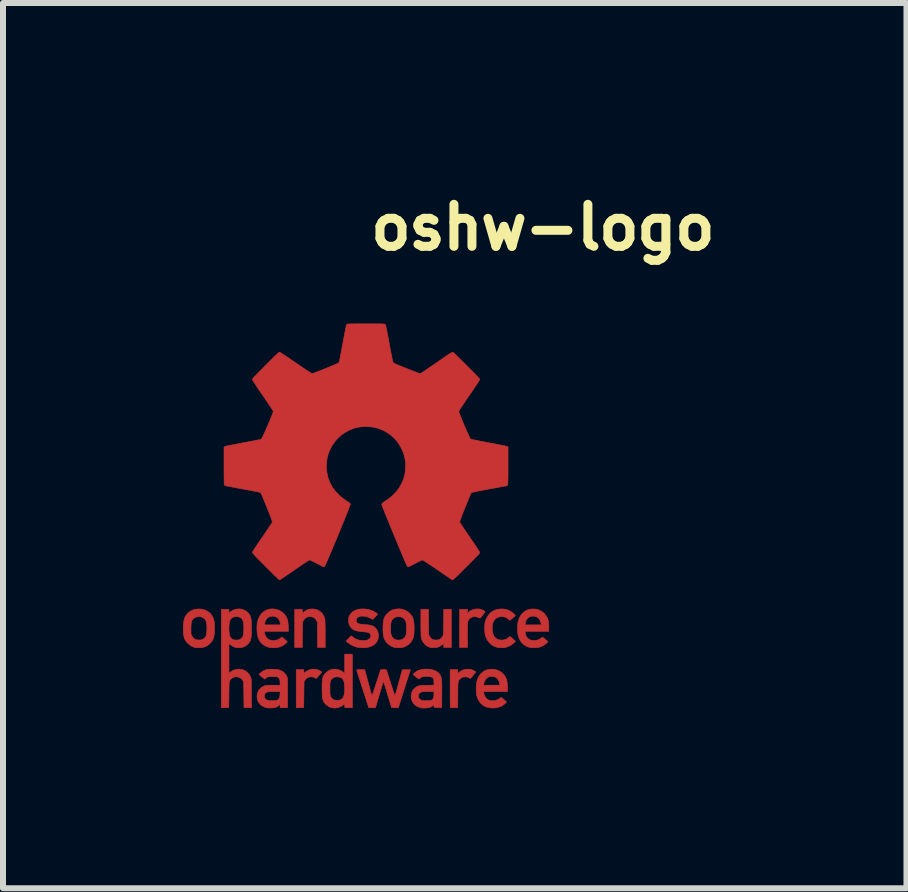
<source format=kicad_pcb>
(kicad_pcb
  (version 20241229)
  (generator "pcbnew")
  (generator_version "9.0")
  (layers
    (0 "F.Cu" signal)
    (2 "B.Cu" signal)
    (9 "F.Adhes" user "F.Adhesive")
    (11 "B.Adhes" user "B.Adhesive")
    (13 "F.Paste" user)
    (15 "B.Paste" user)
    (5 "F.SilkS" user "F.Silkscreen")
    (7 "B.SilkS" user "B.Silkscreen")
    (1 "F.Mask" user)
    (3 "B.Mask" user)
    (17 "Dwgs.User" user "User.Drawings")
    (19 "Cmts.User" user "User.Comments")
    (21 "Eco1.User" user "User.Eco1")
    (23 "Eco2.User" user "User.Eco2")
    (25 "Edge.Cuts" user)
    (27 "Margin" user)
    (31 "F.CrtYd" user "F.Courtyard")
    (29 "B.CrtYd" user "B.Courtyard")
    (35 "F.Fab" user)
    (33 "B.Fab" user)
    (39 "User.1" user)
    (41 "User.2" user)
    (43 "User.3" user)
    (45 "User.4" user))
  (footprint "oshw-logo"
    (layer "F.Cu")
    (at 3.053 5.55)
    (property "Reference" "oshw-logo" (at 0 -4.4 180) (layer "F.SilkS") (effects (font (size 0.7 0.7) (thickness 0.15)) (justify left bottom)))
    (attr exclude_from_pos_files)
    (fp_poly (pts (xy -0.843 2.558) (xy -0.815 2.564) (xy -0.794 2.572) (xy -0.773 2.581) (xy -0.759 2.589) (xy -0.738 2.603) (xy -0.783 2.658) (xy -0.8 2.677) (xy -0.814 2.694) (xy -0.825 2.706) (xy -0.831 2.712) (xy -0.832 2.712) (xy -0.837 2.71) (xy -0.847 2.703) (xy -0.849 2.702) (xy -0.874 2.69) (xy -0.904 2.684) (xy -0.935 2.685) (xy -0.942 2.686) (xy -0.975 2.698) (xy -1.001 2.717) (xy -1.02 2.741) (xy -1.034 2.766) (xy -1.039 3.197) (xy -1.164 3.2) (xy -1.164 2.565) (xy -1.037 2.565) (xy -1.037 2.626) (xy -1.009 2.604) (xy -0.972 2.579) (xy -0.931 2.563) (xy -0.887 2.556) (xy -0.843 2.558)) (stroke (width 0.01) (type solid)) (fill yes) (layer "F.Cu"))
    (fp_poly (pts (xy 1.889 1.554) (xy 1.907 1.559) (xy 1.927 1.566) (xy 1.948 1.574) (xy 1.966 1.583) (xy 1.979 1.592) (xy 1.984 1.597) (xy 1.982 1.604) (xy 1.974 1.616) (xy 1.962 1.633) (xy 1.946 1.652) (xy 1.945 1.654) (xy 1.929 1.673) (xy 1.915 1.689) (xy 1.906 1.7) (xy 1.901 1.706) (xy 1.896 1.705) (xy 1.885 1.7) (xy 1.873 1.695) (xy 1.84 1.683) (xy 1.808 1.68) (xy 1.776 1.685) (xy 1.747 1.698) (xy 1.723 1.717) (xy 1.704 1.742) (xy 1.696 1.763) (xy 1.695 1.772) (xy 1.694 1.79) (xy 1.693 1.817) (xy 1.692 1.85) (xy 1.692 1.89) (xy 1.691 1.934) (xy 1.691 1.983) (xy 1.691 2.194) (xy 1.559 2.194) (xy 1.559 1.559) (xy 1.691 1.559) (xy 1.691 1.626) (xy 1.71 1.607) (xy 1.739 1.585) (xy 1.775 1.568) (xy 1.814 1.556) (xy 1.855 1.552) (xy 1.889 1.554)) (stroke (width 0.01) (type solid)) (fill yes) (layer "F.Cu"))
    (fp_poly (pts (xy -0.837 1.56) (xy -0.797 1.576) (xy -0.761 1.6) (xy -0.73 1.63) (xy -0.706 1.667) (xy -0.69 1.709) (xy -0.687 1.721) (xy -0.685 1.734) (xy -0.684 1.757) (xy -0.683 1.79) (xy -0.682 1.833) (xy -0.681 1.884) (xy -0.681 1.945) (xy -0.681 1.971) (xy -0.681 2.194) (xy -0.808 2.194) (xy -0.809 1.984) (xy -0.811 1.774) (xy -0.826 1.744) (xy -0.845 1.716) (xy -0.868 1.697) (xy -0.897 1.686) (xy -0.925 1.682) (xy -0.947 1.682) (xy -0.967 1.684) (xy -0.979 1.686) (xy -1.001 1.698) (xy -1.023 1.716) (xy -1.041 1.738) (xy -1.049 1.752) (xy -1.052 1.758) (xy -1.054 1.765) (xy -1.056 1.773) (xy -1.057 1.783) (xy -1.058 1.797) (xy -1.059 1.815) (xy -1.06 1.839) (xy -1.06 1.869) (xy -1.061 1.907) (xy -1.061 1.953) (xy -1.061 1.985) (xy -1.063 2.194) (xy -1.189 2.194) (xy -1.189 1.559) (xy -1.062 1.559) (xy -1.062 1.625) (xy -1.033 1.602) (xy -1.001 1.579) (xy -0.969 1.564) (xy -0.934 1.555) (xy -0.927 1.554) (xy -0.881 1.553) (xy -0.837 1.56)) (stroke (width 0.01) (type solid)) (fill yes) (layer "F.Cu"))
    (fp_poly (pts (xy 1.042 1.769) (xy 1.043 1.979) (xy 1.059 2.009) (xy 1.077 2.036) (xy 1.1 2.056) (xy 1.129 2.067) (xy 1.159 2.071) (xy 1.193 2.07) (xy 1.221 2.063) (xy 1.245 2.047) (xy 1.258 2.034) (xy 1.266 2.025) (xy 1.273 2.016) (xy 1.278 2.008) (xy 1.282 1.997) (xy 1.286 1.985) (xy 1.288 1.969) (xy 1.29 1.948) (xy 1.291 1.922) (xy 1.292 1.89) (xy 1.293 1.85) (xy 1.293 1.801) (xy 1.294 1.766) (xy 1.295 1.559) (xy 1.422 1.559) (xy 1.422 2.194) (xy 1.295 2.194) (xy 1.295 2.161) (xy 1.295 2.144) (xy 1.293 2.132) (xy 1.292 2.128) (xy 1.287 2.131) (xy 1.278 2.14) (xy 1.271 2.147) (xy 1.256 2.159) (xy 1.236 2.171) (xy 1.219 2.181) (xy 1.202 2.188) (xy 1.186 2.193) (xy 1.17 2.196) (xy 1.148 2.197) (xy 1.135 2.198) (xy 1.107 2.198) (xy 1.087 2.197) (xy 1.07 2.194) (xy 1.059 2.19) (xy 1.036 2.181) (xy 1.019 2.172) (xy 1.003 2.161) (xy 0.985 2.146) (xy 0.981 2.141) (xy 0.952 2.107) (xy 0.931 2.068) (xy 0.92 2.033) (xy 0.918 2.019) (xy 0.917 1.996) (xy 0.916 1.963) (xy 0.915 1.92) (xy 0.914 1.869) (xy 0.914 1.808) (xy 0.914 1.782) (xy 0.914 1.559) (xy 1.04 1.559) (xy 1.042 1.769)) (stroke (width 0.01) (type solid)) (fill yes) (layer "F.Cu"))
    (fp_poly (pts (xy 1.753 2.563) (xy 1.768 2.568) (xy 1.787 2.577) (xy 1.804 2.586) (xy 1.818 2.595) (xy 1.826 2.602) (xy 1.827 2.606) (xy 1.824 2.611) (xy 1.815 2.621) (xy 1.803 2.636) (xy 1.789 2.654) (xy 1.775 2.671) (xy 1.761 2.688) (xy 1.749 2.701) (xy 1.742 2.71) (xy 1.739 2.712) (xy 1.735 2.71) (xy 1.724 2.704) (xy 1.713 2.698) (xy 1.697 2.69) (xy 1.682 2.686) (xy 1.664 2.685) (xy 1.653 2.685) (xy 1.618 2.688) (xy 1.59 2.699) (xy 1.566 2.718) (xy 1.561 2.723) (xy 1.554 2.732) (xy 1.548 2.74) (xy 1.544 2.748) (xy 1.54 2.758) (xy 1.537 2.769) (xy 1.534 2.785) (xy 1.533 2.804) (xy 1.532 2.829) (xy 1.531 2.861) (xy 1.53 2.899) (xy 1.53 2.947) (xy 1.53 2.988) (xy 1.528 3.2) (xy 1.468 3.2) (xy 1.444 3.2) (xy 1.425 3.199) (xy 1.411 3.198) (xy 1.405 3.197) (xy 1.404 3.191) (xy 1.404 3.176) (xy 1.403 3.153) (xy 1.403 3.122) (xy 1.402 3.085) (xy 1.402 3.042) (xy 1.402 2.993) (xy 1.402 2.941) (xy 1.402 2.886) (xy 1.402 2.565) (xy 1.529 2.565) (xy 1.529 2.595) (xy 1.529 2.611) (xy 1.53 2.623) (xy 1.532 2.626) (xy 1.537 2.623) (xy 1.547 2.615) (xy 1.554 2.608) (xy 1.588 2.584) (xy 1.627 2.567) (xy 1.669 2.558) (xy 1.712 2.556) (xy 1.753 2.563)) (stroke (width 0.01) (type solid)) (fill yes) (layer "F.Cu"))
    (fp_poly (pts (xy 2.316 1.557) (xy 2.365 1.57) (xy 2.41 1.593) (xy 2.453 1.625) (xy 2.46 1.631) (xy 2.491 1.661) (xy 2.466 1.684) (xy 2.448 1.699) (xy 2.43 1.715) (xy 2.419 1.725) (xy 2.397 1.743) (xy 2.376 1.724) (xy 2.345 1.701) (xy 2.312 1.687) (xy 2.274 1.681) (xy 2.265 1.681) (xy 2.226 1.684) (xy 2.195 1.693) (xy 2.167 1.708) (xy 2.159 1.715) (xy 2.136 1.741) (xy 2.118 1.776) (xy 2.107 1.817) (xy 2.103 1.866) (xy 2.103 1.876) (xy 2.106 1.926) (xy 2.116 1.97) (xy 2.132 2.006) (xy 2.155 2.034) (xy 2.184 2.055) (xy 2.219 2.067) (xy 2.259 2.072) (xy 2.274 2.071) (xy 2.309 2.066) (xy 2.339 2.056) (xy 2.366 2.038) (xy 2.377 2.028) (xy 2.386 2.02) (xy 2.393 2.016) (xy 2.4 2.015) (xy 2.409 2.018) (xy 2.42 2.027) (xy 2.436 2.041) (xy 2.456 2.059) (xy 2.491 2.092) (xy 2.476 2.108) (xy 2.449 2.132) (xy 2.416 2.155) (xy 2.38 2.174) (xy 2.35 2.186) (xy 2.327 2.193) (xy 2.306 2.197) (xy 2.283 2.199) (xy 2.259 2.199) (xy 2.233 2.198) (xy 2.209 2.196) (xy 2.189 2.193) (xy 2.182 2.191) (xy 2.133 2.173) (xy 2.089 2.146) (xy 2.053 2.112) (xy 2.023 2.071) (xy 2.012 2.051) (xy 2 2.023) (xy 1.991 1.999) (xy 1.984 1.975) (xy 1.981 1.948) (xy 1.979 1.917) (xy 1.978 1.879) (xy 1.978 1.877) (xy 1.979 1.838) (xy 1.98 1.806) (xy 1.984 1.78) (xy 1.99 1.756) (xy 1.999 1.731) (xy 2.011 1.704) (xy 2.012 1.701) (xy 2.039 1.657) (xy 2.072 1.62) (xy 2.111 1.591) (xy 2.156 1.57) (xy 2.207 1.557) (xy 2.263 1.552) (xy 2.316 1.557)) (stroke (width 0.01) (type solid)) (fill yes) (layer "F.Cu"))
    (fp_poly (pts (xy -1.494 1.56) (xy -1.447 1.576) (xy -1.405 1.6) (xy -1.368 1.633) (xy -1.341 1.668) (xy -1.326 1.692) (xy -1.316 1.716) (xy -1.308 1.743) (xy -1.302 1.774) (xy -1.299 1.811) (xy -1.297 1.845) (xy -1.294 1.925) (xy -1.692 1.925) (xy -1.692 1.942) (xy -1.687 1.977) (xy -1.673 2.011) (xy -1.65 2.039) (xy -1.626 2.059) (xy -1.601 2.071) (xy -1.572 2.078) (xy -1.537 2.079) (xy -1.497 2.074) (xy -1.458 2.06) (xy -1.422 2.036) (xy -1.421 2.036) (xy -1.402 2.021) (xy -1.359 2.057) (xy -1.342 2.072) (xy -1.327 2.085) (xy -1.317 2.094) (xy -1.314 2.098) (xy -1.316 2.103) (xy -1.324 2.113) (xy -1.338 2.126) (xy -1.354 2.139) (xy -1.372 2.152) (xy -1.389 2.163) (xy -1.399 2.168) (xy -1.421 2.178) (xy -1.445 2.187) (xy -1.461 2.191) (xy -1.488 2.196) (xy -1.522 2.199) (xy -1.557 2.199) (xy -1.591 2.196) (xy -1.62 2.192) (xy -1.629 2.19) (xy -1.677 2.171) (xy -1.718 2.146) (xy -1.752 2.114) (xy -1.779 2.074) (xy -1.8 2.026) (xy -1.802 2.02) (xy -1.81 1.989) (xy -1.815 1.951) (xy -1.818 1.908) (xy -1.819 1.865) (xy -1.818 1.823) (xy -1.816 1.804) (xy -1.692 1.804) (xy -1.692 1.818) (xy -1.428 1.818) (xy -1.428 1.801) (xy -1.432 1.775) (xy -1.442 1.748) (xy -1.457 1.722) (xy -1.469 1.707) (xy -1.495 1.688) (xy -1.526 1.676) (xy -1.56 1.672) (xy -1.593 1.676) (xy -1.619 1.685) (xy -1.646 1.704) (xy -1.668 1.73) (xy -1.683 1.76) (xy -1.691 1.792) (xy -1.692 1.804) (xy -1.816 1.804) (xy -1.814 1.786) (xy -1.812 1.777) (xy -1.797 1.724) (xy -1.775 1.676) (xy -1.747 1.636) (xy -1.713 1.603) (xy -1.673 1.578) (xy -1.629 1.561) (xy -1.597 1.554) (xy -1.544 1.552) (xy -1.494 1.56)) (stroke (width 0.01) (type solid)) (fill yes) (layer "F.Cu"))
    (fp_poly (pts (xy 2.835 1.557) (xy 2.883 1.57) (xy 2.926 1.592) (xy 2.964 1.621) (xy 2.996 1.657) (xy 3.021 1.699) (xy 3.038 1.747) (xy 3.04 1.757) (xy 3.043 1.776) (xy 3.045 1.802) (xy 3.047 1.832) (xy 3.047 1.858) (xy 3.047 1.925) (xy 2.65 1.925) (xy 2.653 1.951) (xy 2.663 1.991) (xy 2.68 2.024) (xy 2.703 2.049) (xy 2.733 2.067) (xy 2.77 2.077) (xy 2.801 2.079) (xy 2.845 2.075) (xy 2.883 2.063) (xy 2.916 2.042) (xy 2.92 2.039) (xy 2.929 2.031) (xy 2.935 2.026) (xy 2.941 2.025) (xy 2.949 2.027) (xy 2.959 2.034) (xy 2.974 2.047) (xy 2.994 2.064) (xy 3.01 2.078) (xy 3.023 2.088) (xy 3.03 2.095) (xy 3.032 2.096) (xy 3.03 2.1) (xy 3.022 2.11) (xy 3.01 2.122) (xy 3.009 2.123) (xy 2.98 2.147) (xy 2.945 2.169) (xy 2.906 2.185) (xy 2.887 2.191) (xy 2.861 2.196) (xy 2.828 2.198) (xy 2.793 2.198) (xy 2.759 2.197) (xy 2.729 2.193) (xy 2.721 2.191) (xy 2.675 2.175) (xy 2.634 2.15) (xy 2.599 2.118) (xy 2.569 2.077) (xy 2.547 2.029) (xy 2.536 1.996) (xy 2.532 1.973) (xy 2.529 1.942) (xy 2.527 1.906) (xy 2.527 1.869) (xy 2.528 1.832) (xy 2.529 1.818) (xy 2.65 1.818) (xy 2.922 1.818) (xy 2.918 1.799) (xy 2.908 1.758) (xy 2.891 1.725) (xy 2.869 1.7) (xy 2.84 1.683) (xy 2.826 1.678) (xy 2.788 1.672) (xy 2.753 1.675) (xy 2.722 1.687) (xy 2.695 1.706) (xy 2.674 1.734) (xy 2.659 1.768) (xy 2.654 1.794) (xy 2.65 1.818) (xy 2.529 1.818) (xy 2.53 1.798) (xy 2.534 1.769) (xy 2.536 1.76) (xy 2.554 1.707) (xy 2.578 1.662) (xy 2.609 1.624) (xy 2.645 1.593) (xy 2.687 1.571) (xy 2.734 1.557) (xy 2.783 1.553) (xy 2.835 1.557)) (stroke (width 0.01) (type solid)) (fill yes) (layer "F.Cu"))
    (fp_poly (pts (xy -2.733 1.557) (xy -2.685 1.57) (xy -2.642 1.592) (xy -2.604 1.622) (xy -2.581 1.649) (xy -2.562 1.676) (xy -2.548 1.706) (xy -2.537 1.739) (xy -2.53 1.777) (xy -2.527 1.821) (xy -2.526 1.873) (xy -2.527 1.907) (xy -2.529 1.956) (xy -2.534 1.997) (xy -2.542 2.031) (xy -2.553 2.06) (xy -2.567 2.086) (xy -2.587 2.111) (xy -2.603 2.129) (xy -2.637 2.158) (xy -2.673 2.178) (xy -2.714 2.192) (xy -2.76 2.198) (xy -2.789 2.199) (xy -2.813 2.198) (xy -2.835 2.196) (xy -2.852 2.194) (xy -2.857 2.194) (xy -2.898 2.179) (xy -2.937 2.155) (xy -2.97 2.126) (xy -2.993 2.101) (xy -3.011 2.077) (xy -3.024 2.051) (xy -3.034 2.022) (xy -3.041 1.988) (xy -3.045 1.947) (xy -3.047 1.91) (xy -3.047 1.882) (xy -2.919 1.882) (xy -2.919 1.968) (xy -2.903 2.001) (xy -2.885 2.031) (xy -2.863 2.051) (xy -2.837 2.064) (xy -2.804 2.07) (xy -2.779 2.07) (xy -2.755 2.069) (xy -2.737 2.065) (xy -2.722 2.058) (xy -2.717 2.055) (xy -2.697 2.041) (xy -2.681 2.025) (xy -2.67 2.004) (xy -2.662 1.978) (xy -2.657 1.945) (xy -2.654 1.903) (xy -2.654 1.899) (xy -2.653 1.848) (xy -2.656 1.806) (xy -2.662 1.772) (xy -2.673 1.744) (xy -2.687 1.722) (xy -2.707 1.705) (xy -2.723 1.695) (xy -2.755 1.684) (xy -2.788 1.68) (xy -2.821 1.684) (xy -2.851 1.695) (xy -2.877 1.713) (xy -2.892 1.729) (xy -2.901 1.745) (xy -2.908 1.76) (xy -2.913 1.778) (xy -2.916 1.8) (xy -2.918 1.828) (xy -2.919 1.864) (xy -2.919 1.882) (xy -3.047 1.882) (xy -3.048 1.844) (xy -3.043 1.786) (xy -3.034 1.736) (xy -3.021 1.695) (xy -3.004 1.664) (xy -2.972 1.624) (xy -2.935 1.594) (xy -2.893 1.571) (xy -2.846 1.558) (xy -2.794 1.553) (xy -2.787 1.553) (xy -2.733 1.557)) (stroke (width 0.01) (type solid)) (fill yes) (layer "F.Cu"))
    (fp_poly (pts (xy 2.148 2.561) (xy 2.193 2.574) (xy 2.235 2.595) (xy 2.273 2.623) (xy 2.304 2.657) (xy 2.326 2.691) (xy 2.338 2.718) (xy 2.346 2.745) (xy 2.352 2.774) (xy 2.355 2.808) (xy 2.357 2.85) (xy 2.357 2.858) (xy 2.357 2.931) (xy 1.96 2.931) (xy 1.963 2.955) (xy 1.973 2.993) (xy 1.991 3.026) (xy 2.015 3.053) (xy 2.039 3.069) (xy 2.057 3.076) (xy 2.08 3.08) (xy 2.103 3.082) (xy 2.144 3.081) (xy 2.18 3.071) (xy 2.214 3.054) (xy 2.227 3.045) (xy 2.24 3.035) (xy 2.25 3.029) (xy 2.253 3.027) (xy 2.258 3.03) (xy 2.269 3.039) (xy 2.284 3.05) (xy 2.3 3.064) (xy 2.315 3.078) (xy 2.329 3.09) (xy 2.338 3.099) (xy 2.341 3.103) (xy 2.337 3.11) (xy 2.327 3.121) (xy 2.312 3.134) (xy 2.294 3.148) (xy 2.276 3.161) (xy 2.259 3.171) (xy 2.252 3.175) (xy 2.204 3.192) (xy 2.152 3.202) (xy 2.098 3.204) (xy 2.046 3.198) (xy 2.032 3.195) (xy 1.984 3.178) (xy 1.943 3.154) (xy 1.909 3.123) (xy 1.881 3.084) (xy 1.859 3.037) (xy 1.847 3.003) (xy 1.841 2.972) (xy 1.838 2.934) (xy 1.836 2.893) (xy 1.837 2.851) (xy 1.839 2.824) (xy 1.96 2.824) (xy 2.23 2.824) (xy 2.23 2.813) (xy 2.225 2.783) (xy 2.214 2.753) (xy 2.196 2.725) (xy 2.175 2.702) (xy 2.151 2.686) (xy 2.128 2.68) (xy 2.101 2.677) (xy 2.072 2.678) (xy 2.051 2.683) (xy 2.023 2.696) (xy 2 2.717) (xy 1.981 2.746) (xy 1.968 2.779) (xy 1.963 2.8) (xy 1.96 2.824) (xy 1.839 2.824) (xy 1.839 2.811) (xy 1.844 2.776) (xy 1.848 2.76) (xy 1.866 2.708) (xy 1.889 2.663) (xy 1.919 2.627) (xy 1.954 2.598) (xy 1.996 2.575) (xy 2.007 2.571) (xy 2.054 2.559) (xy 2.101 2.556) (xy 2.148 2.561)) (stroke (width 0.01) (type solid)) (fill yes) (layer "F.Cu"))
    (fp_poly (pts (xy -0.229 3.2) (xy -0.354 3.197) (xy -0.355 3.165) (xy -0.357 3.133) (xy -0.374 3.148) (xy -0.411 3.175) (xy -0.453 3.193) (xy -0.497 3.203) (xy -0.542 3.204) (xy -0.585 3.195) (xy -0.586 3.195) (xy -0.621 3.181) (xy -0.651 3.16) (xy -0.673 3.141) (xy -0.689 3.123) (xy -0.702 3.106) (xy -0.712 3.086) (xy -0.72 3.064) (xy -0.726 3.038) (xy -0.73 3.007) (xy -0.732 2.968) (xy -0.733 2.922) (xy -0.733 2.88) (xy -0.602 2.88) (xy -0.602 2.915) (xy -0.602 2.942) (xy -0.601 2.962) (xy -0.6 2.977) (xy -0.598 2.988) (xy -0.596 2.998) (xy -0.592 3.007) (xy -0.591 3.01) (xy -0.574 3.039) (xy -0.552 3.059) (xy -0.525 3.071) (xy -0.492 3.076) (xy -0.472 3.076) (xy -0.442 3.072) (xy -0.418 3.063) (xy -0.398 3.048) (xy -0.382 3.029) (xy -0.371 3.004) (xy -0.363 2.972) (xy -0.358 2.933) (xy -0.356 2.885) (xy -0.356 2.88) (xy -0.358 2.828) (xy -0.363 2.785) (xy -0.373 2.75) (xy -0.387 2.724) (xy -0.406 2.704) (xy -0.43 2.692) (xy -0.46 2.686) (xy -0.483 2.685) (xy -0.517 2.687) (xy -0.544 2.696) (xy -0.565 2.711) (xy -0.583 2.734) (xy -0.591 2.751) (xy -0.595 2.76) (xy -0.598 2.769) (xy -0.6 2.779) (xy -0.601 2.793) (xy -0.602 2.811) (xy -0.602 2.836) (xy -0.602 2.869) (xy -0.602 2.88) (xy -0.733 2.88) (xy -0.733 2.827) (xy -0.732 2.783) (xy -0.729 2.746) (xy -0.725 2.716) (xy -0.719 2.691) (xy -0.71 2.67) (xy -0.699 2.651) (xy -0.685 2.633) (xy -0.668 2.616) (xy -0.668 2.615) (xy -0.632 2.587) (xy -0.592 2.567) (xy -0.55 2.557) (xy -0.506 2.556) (xy -0.463 2.564) (xy -0.421 2.582) (xy -0.411 2.587) (xy -0.394 2.598) (xy -0.377 2.61) (xy -0.373 2.614) (xy -0.356 2.627) (xy -0.356 2.306) (xy -0.229 2.306) (xy -0.229 3.2)) (stroke (width 0.01) (type solid)) (fill yes) (layer "F.Cu"))
    (fp_poly (pts (xy 0.605 1.558) (xy 0.651 1.574) (xy 0.694 1.598) (xy 0.728 1.627) (xy 0.75 1.652) (xy 0.768 1.678) (xy 0.781 1.707) (xy 0.791 1.739) (xy 0.797 1.777) (xy 0.801 1.822) (xy 0.802 1.876) (xy 0.802 1.877) (xy 0.801 1.929) (xy 0.798 1.973) (xy 0.792 2.009) (xy 0.784 2.04) (xy 0.774 2.062) (xy 0.748 2.103) (xy 0.715 2.139) (xy 0.675 2.167) (xy 0.632 2.187) (xy 0.626 2.189) (xy 0.599 2.195) (xy 0.567 2.198) (xy 0.532 2.199) (xy 0.499 2.197) (xy 0.471 2.193) (xy 0.466 2.192) (xy 0.428 2.177) (xy 0.391 2.155) (xy 0.359 2.129) (xy 0.354 2.123) (xy 0.332 2.098) (xy 0.316 2.073) (xy 0.303 2.047) (xy 0.294 2.017) (xy 0.287 1.983) (xy 0.284 1.943) (xy 0.282 1.894) (xy 0.282 1.877) (xy 0.409 1.877) (xy 0.41 1.918) (xy 0.412 1.95) (xy 0.416 1.976) (xy 0.423 1.997) (xy 0.432 2.015) (xy 0.445 2.03) (xy 0.451 2.037) (xy 0.471 2.054) (xy 0.491 2.064) (xy 0.514 2.07) (xy 0.543 2.072) (xy 0.569 2.07) (xy 0.59 2.065) (xy 0.601 2.06) (xy 0.625 2.047) (xy 0.642 2.031) (xy 0.656 2.009) (xy 0.661 1.998) (xy 0.665 1.989) (xy 0.668 1.98) (xy 0.67 1.969) (xy 0.671 1.954) (xy 0.672 1.935) (xy 0.673 1.909) (xy 0.673 1.877) (xy 0.673 1.842) (xy 0.672 1.817) (xy 0.671 1.798) (xy 0.67 1.784) (xy 0.668 1.773) (xy 0.665 1.764) (xy 0.661 1.755) (xy 0.647 1.73) (xy 0.632 1.712) (xy 0.612 1.698) (xy 0.601 1.693) (xy 0.569 1.683) (xy 0.535 1.681) (xy 0.501 1.686) (xy 0.471 1.7) (xy 0.447 1.719) (xy 0.434 1.736) (xy 0.424 1.753) (xy 0.417 1.774) (xy 0.412 1.8) (xy 0.41 1.833) (xy 0.409 1.873) (xy 0.409 1.877) (xy 0.282 1.877) (xy 0.283 1.824) (xy 0.286 1.78) (xy 0.292 1.742) (xy 0.301 1.711) (xy 0.313 1.683) (xy 0.33 1.657) (xy 0.35 1.633) (xy 0.351 1.632) (xy 0.385 1.601) (xy 0.42 1.578) (xy 0.46 1.563) (xy 0.505 1.554) (xy 0.555 1.551) (xy 0.605 1.558)) (stroke (width 0.01) (type solid)) (fill yes) (layer "F.Cu"))
    (fp_poly (pts (xy 0.004 1.556) (xy 0.054 1.566) (xy 0.102 1.582) (xy 0.146 1.605) (xy 0.154 1.61) (xy 0.193 1.636) (xy 0.178 1.655) (xy 0.166 1.668) (xy 0.152 1.686) (xy 0.138 1.7) (xy 0.114 1.727) (xy 0.07 1.705) (xy 0.032 1.688) (xy -0.007 1.677) (xy -0.044 1.672) (xy -0.079 1.672) (xy -0.11 1.678) (xy -0.136 1.69) (xy -0.154 1.707) (xy -0.162 1.724) (xy -0.164 1.745) (xy -0.164 1.761) (xy -0.159 1.772) (xy -0.15 1.782) (xy -0.149 1.783) (xy -0.139 1.791) (xy -0.128 1.797) (xy -0.114 1.802) (xy -0.095 1.805) (xy -0.07 1.808) (xy -0.037 1.811) (xy -0.02 1.813) (xy 0.027 1.817) (xy 0.065 1.823) (xy 0.096 1.832) (xy 0.122 1.842) (xy 0.14 1.854) (xy 0.166 1.879) (xy 0.186 1.91) (xy 0.2 1.947) (xy 0.206 1.987) (xy 0.206 2.018) (xy 0.198 2.06) (xy 0.181 2.097) (xy 0.155 2.129) (xy 0.122 2.156) (xy 0.08 2.177) (xy 0.042 2.189) (xy 0.005 2.196) (xy -0.038 2.199) (xy -0.083 2.198) (xy -0.125 2.194) (xy -0.153 2.189) (xy -0.177 2.181) (xy -0.204 2.171) (xy -0.229 2.16) (xy -0.232 2.159) (xy -0.251 2.148) (xy -0.272 2.136) (xy -0.292 2.122) (xy -0.309 2.109) (xy -0.323 2.098) (xy -0.33 2.09) (xy -0.331 2.088) (xy -0.327 2.084) (xy -0.318 2.073) (xy -0.304 2.059) (xy -0.288 2.043) (xy -0.246 2) (xy -0.221 2.021) (xy -0.184 2.047) (xy -0.145 2.065) (xy -0.102 2.075) (xy -0.053 2.079) (xy -0.049 2.079) (xy -0.023 2.079) (xy -0.004 2.078) (xy 0.011 2.074) (xy 0.025 2.069) (xy 0.029 2.068) (xy 0.054 2.052) (xy 0.071 2.033) (xy 0.079 2.01) (xy 0.078 1.986) (xy 0.074 1.975) (xy 0.068 1.964) (xy 0.06 1.956) (xy 0.048 1.949) (xy 0.031 1.944) (xy 0.007 1.939) (xy -0.024 1.935) (xy -0.052 1.932) (xy -0.089 1.929) (xy -0.119 1.925) (xy -0.142 1.921) (xy -0.16 1.917) (xy -0.176 1.912) (xy -0.192 1.906) (xy -0.201 1.901) (xy -0.235 1.879) (xy -0.262 1.85) (xy -0.28 1.816) (xy -0.29 1.776) (xy -0.292 1.75) (xy -0.291 1.727) (xy -0.289 1.705) (xy -0.286 1.689) (xy -0.286 1.688) (xy -0.273 1.659) (xy -0.253 1.63) (xy -0.229 1.604) (xy -0.221 1.599) (xy -0.185 1.577) (xy -0.143 1.562) (xy -0.096 1.554) (xy -0.047 1.552) (xy 0.004 1.556)) (stroke (width 0.01) (type solid)) (fill yes) (layer "F.Cu"))
    (fp_poly (pts (xy 1.038 2.556) (xy 1.091 2.563) (xy 1.137 2.576) (xy 1.177 2.595) (xy 1.209 2.62) (xy 1.234 2.65) (xy 1.242 2.665) (xy 1.247 2.677) (xy 1.251 2.691) (xy 1.255 2.708) (xy 1.258 2.727) (xy 1.26 2.751) (xy 1.262 2.78) (xy 1.263 2.815) (xy 1.263 2.858) (xy 1.264 2.908) (xy 1.263 2.967) (xy 1.263 2.989) (xy 1.262 3.197) (xy 1.135 3.197) (xy 1.133 3.171) (xy 1.132 3.144) (xy 1.119 3.159) (xy 1.096 3.179) (xy 1.065 3.193) (xy 1.026 3.202) (xy 0.98 3.204) (xy 0.976 3.204) (xy 0.955 3.204) (xy 0.937 3.203) (xy 0.925 3.202) (xy 0.924 3.201) (xy 0.879 3.189) (xy 0.839 3.17) (xy 0.806 3.144) (xy 0.781 3.113) (xy 0.763 3.077) (xy 0.753 3.037) (xy 0.753 3.005) (xy 0.873 3.005) (xy 0.874 3.023) (xy 0.878 3.035) (xy 0.887 3.047) (xy 0.89 3.05) (xy 0.903 3.063) (xy 0.917 3.072) (xy 0.935 3.078) (xy 0.957 3.081) (xy 0.986 3.082) (xy 1.013 3.082) (xy 1.043 3.081) (xy 1.065 3.079) (xy 1.08 3.077) (xy 1.091 3.073) (xy 1.096 3.071) (xy 1.112 3.058) (xy 1.123 3.039) (xy 1.13 3.012) (xy 1.132 2.977) (xy 1.132 2.975) (xy 1.132 2.931) (xy 1.035 2.931) (xy 0.999 2.931) (xy 0.973 2.931) (xy 0.953 2.932) (xy 0.939 2.934) (xy 0.928 2.936) (xy 0.919 2.939) (xy 0.916 2.94) (xy 0.893 2.954) (xy 0.88 2.971) (xy 0.874 2.994) (xy 0.873 3.005) (xy 0.753 3.005) (xy 0.753 2.994) (xy 0.761 2.951) (xy 0.768 2.931) (xy 0.776 2.915) (xy 0.786 2.901) (xy 0.802 2.884) (xy 0.804 2.882) (xy 0.82 2.867) (xy 0.835 2.854) (xy 0.85 2.845) (xy 0.867 2.838) (xy 0.887 2.833) (xy 0.912 2.829) (xy 0.943 2.827) (xy 0.982 2.826) (xy 1.015 2.825) (xy 1.133 2.823) (xy 1.132 2.771) (xy 1.131 2.746) (xy 1.129 2.73) (xy 1.127 2.719) (xy 1.123 2.711) (xy 1.117 2.705) (xy 1.098 2.691) (xy 1.07 2.682) (xy 1.032 2.677) (xy 1.006 2.677) (xy 0.972 2.678) (xy 0.945 2.682) (xy 0.924 2.688) (xy 0.907 2.699) (xy 0.9 2.706) (xy 0.882 2.723) (xy 0.834 2.686) (xy 0.816 2.672) (xy 0.801 2.66) (xy 0.79 2.652) (xy 0.787 2.648) (xy 0.791 2.639) (xy 0.801 2.626) (xy 0.816 2.612) (xy 0.832 2.6) (xy 0.864 2.581) (xy 0.902 2.568) (xy 0.946 2.559) (xy 0.98 2.556) (xy 1.038 2.556)) (stroke (width 0.01) (type solid)) (fill yes) (layer "F.Cu"))
    (fp_poly (pts (xy -1.521 2.559) (xy -1.485 2.562) (xy -1.454 2.568) (xy -1.427 2.577) (xy -1.401 2.589) (xy -1.371 2.61) (xy -1.345 2.639) (xy -1.325 2.67) (xy -1.321 2.679) (xy -1.309 2.71) (xy -1.309 3.197) (xy -1.433 3.2) (xy -1.433 3.172) (xy -1.434 3.157) (xy -1.435 3.147) (xy -1.436 3.144) (xy -1.44 3.147) (xy -1.449 3.156) (xy -1.453 3.161) (xy -1.472 3.178) (xy -1.496 3.19) (xy -1.526 3.198) (xy -1.563 3.202) (xy -1.578 3.203) (xy -1.603 3.203) (xy -1.627 3.203) (xy -1.647 3.201) (xy -1.656 3.2) (xy -1.686 3.191) (xy -1.717 3.176) (xy -1.746 3.159) (xy -1.765 3.143) (xy -1.79 3.111) (xy -1.807 3.075) (xy -1.816 3.037) (xy -1.817 2.998) (xy -1.817 2.997) (xy -1.697 2.997) (xy -1.696 3.02) (xy -1.687 3.042) (xy -1.67 3.06) (xy -1.668 3.062) (xy -1.654 3.07) (xy -1.64 3.076) (xy -1.624 3.08) (xy -1.602 3.081) (xy -1.574 3.082) (xy -1.558 3.082) (xy -1.529 3.081) (xy -1.508 3.08) (xy -1.494 3.078) (xy -1.483 3.075) (xy -1.474 3.07) (xy -1.458 3.058) (xy -1.447 3.041) (xy -1.44 3.017) (xy -1.435 2.985) (xy -1.435 2.977) (xy -1.432 2.931) (xy -1.533 2.931) (xy -1.568 2.931) (xy -1.595 2.931) (xy -1.615 2.932) (xy -1.63 2.934) (xy -1.641 2.936) (xy -1.65 2.938) (xy -1.655 2.941) (xy -1.676 2.955) (xy -1.69 2.974) (xy -1.697 2.997) (xy -1.817 2.997) (xy -1.811 2.96) (xy -1.797 2.924) (xy -1.775 2.892) (xy -1.747 2.864) (xy -1.715 2.845) (xy -1.7 2.838) (xy -1.685 2.833) (xy -1.668 2.83) (xy -1.648 2.827) (xy -1.623 2.825) (xy -1.591 2.824) (xy -1.551 2.824) (xy -1.54 2.824) (xy -1.432 2.824) (xy -1.434 2.776) (xy -1.436 2.747) (xy -1.441 2.726) (xy -1.448 2.711) (xy -1.46 2.699) (xy -1.474 2.689) (xy -1.483 2.685) (xy -1.492 2.682) (xy -1.505 2.68) (xy -1.524 2.68) (xy -1.55 2.679) (xy -1.56 2.679) (xy -1.594 2.68) (xy -1.62 2.682) (xy -1.639 2.686) (xy -1.654 2.692) (xy -1.666 2.701) (xy -1.675 2.711) (xy -1.686 2.724) (xy -1.735 2.686) (xy -1.754 2.672) (xy -1.769 2.659) (xy -1.78 2.65) (xy -1.784 2.646) (xy -1.78 2.64) (xy -1.77 2.629) (xy -1.756 2.616) (xy -1.74 2.604) (xy -1.724 2.592) (xy -1.711 2.584) (xy -1.71 2.583) (xy -1.688 2.574) (xy -1.668 2.566) (xy -1.647 2.562) (xy -1.623 2.559) (xy -1.593 2.558) (xy -1.565 2.558) (xy -1.521 2.559)) (stroke (width 0.01) (type solid)) (fill yes) (layer "F.Cu"))
    (fp_poly (pts (xy 0.035 2.777) (xy 0.047 2.822) (xy 0.059 2.864) (xy 0.069 2.903) (xy 0.078 2.936) (xy 0.086 2.963) (xy 0.092 2.984) (xy 0.095 2.996) (xy 0.096 2.999) (xy 0.098 2.999) (xy 0.103 2.991) (xy 0.109 2.975) (xy 0.118 2.95) (xy 0.129 2.917) (xy 0.143 2.874) (xy 0.152 2.849) (xy 0.165 2.807) (xy 0.179 2.766) (xy 0.192 2.726) (xy 0.204 2.689) (xy 0.214 2.658) (xy 0.221 2.634) (xy 0.224 2.627) (xy 0.244 2.565) (xy 0.338 2.565) (xy 0.406 2.774) (xy 0.42 2.819) (xy 0.434 2.861) (xy 0.446 2.899) (xy 0.457 2.932) (xy 0.466 2.96) (xy 0.473 2.981) (xy 0.477 2.993) (xy 0.478 2.997) (xy 0.48 2.998) (xy 0.482 2.996) (xy 0.485 2.99) (xy 0.49 2.978) (xy 0.495 2.96) (xy 0.502 2.936) (xy 0.511 2.905) (xy 0.523 2.865) (xy 0.536 2.817) (xy 0.543 2.789) (xy 0.556 2.744) (xy 0.568 2.701) (xy 0.578 2.663) (xy 0.587 2.629) (xy 0.595 2.602) (xy 0.601 2.582) (xy 0.605 2.57) (xy 0.606 2.567) (xy 0.611 2.566) (xy 0.625 2.566) (xy 0.645 2.566) (xy 0.669 2.566) (xy 0.673 2.566) (xy 0.739 2.567) (xy 0.656 2.827) (xy 0.64 2.878) (xy 0.624 2.928) (xy 0.609 2.976) (xy 0.595 3.02) (xy 0.582 3.06) (xy 0.571 3.094) (xy 0.563 3.121) (xy 0.557 3.139) (xy 0.556 3.143) (xy 0.538 3.2) (xy 0.425 3.197) (xy 0.358 2.975) (xy 0.341 2.917) (xy 0.327 2.87) (xy 0.315 2.831) (xy 0.305 2.801) (xy 0.297 2.78) (xy 0.292 2.766) (xy 0.289 2.761) (xy 0.288 2.761) (xy 0.286 2.768) (xy 0.281 2.783) (xy 0.274 2.806) (xy 0.265 2.836) (xy 0.254 2.871) (xy 0.242 2.911) (xy 0.23 2.953) (xy 0.223 2.976) (xy 0.21 3.02) (xy 0.197 3.062) (xy 0.186 3.099) (xy 0.177 3.132) (xy 0.169 3.158) (xy 0.163 3.177) (xy 0.16 3.189) (xy 0.159 3.191) (xy 0.157 3.195) (xy 0.151 3.198) (xy 0.141 3.199) (xy 0.124 3.2) (xy 0.101 3.2) (xy 0.073 3.199) (xy 0.055 3.198) (xy 0.045 3.196) (xy 0.043 3.194) (xy 0.041 3.188) (xy 0.036 3.173) (xy 0.029 3.15) (xy 0.019 3.121) (xy 0.008 3.084) (xy -0.006 3.043) (xy -0.02 2.996) (xy -0.036 2.946) (xy -0.053 2.893) (xy -0.057 2.883) (xy -0.074 2.83) (xy -0.09 2.779) (xy -0.105 2.732) (xy -0.119 2.689) (xy -0.131 2.652) (xy -0.141 2.621) (xy -0.148 2.596) (xy -0.154 2.58) (xy -0.156 2.572) (xy -0.156 2.569) (xy -0.151 2.567) (xy -0.14 2.566) (xy -0.123 2.565) (xy -0.096 2.565) (xy -0.091 2.565) (xy -0.023 2.565) (xy 0.035 2.777)) (stroke (width 0.01) (type solid)) (fill yes) (layer "F.Cu"))
    (fp_poly (pts (xy -2.065 1.559) (xy -2.024 1.576) (xy -1.986 1.601) (xy -1.973 1.612) (xy -1.957 1.63) (xy -1.943 1.649) (xy -1.932 1.668) (xy -1.924 1.69) (xy -1.918 1.716) (xy -1.914 1.747) (xy -1.911 1.785) (xy -1.91 1.831) (xy -1.91 1.877) (xy -1.91 1.93) (xy -1.912 1.974) (xy -1.914 2.011) (xy -1.919 2.041) (xy -1.925 2.067) (xy -1.934 2.088) (xy -1.945 2.107) (xy -1.959 2.125) (xy -1.972 2.139) (xy -1.993 2.157) (xy -2.018 2.173) (xy -2.031 2.18) (xy -2.047 2.188) (xy -2.06 2.192) (xy -2.074 2.195) (xy -2.091 2.196) (xy -2.114 2.197) (xy -2.122 2.197) (xy -2.147 2.196) (xy -2.165 2.195) (xy -2.179 2.193) (xy -2.191 2.189) (xy -2.205 2.183) (xy -2.21 2.18) (xy -2.231 2.169) (xy -2.251 2.156) (xy -2.265 2.146) (xy -2.286 2.127) (xy -2.286 2.627) (xy -2.266 2.608) (xy -2.248 2.595) (xy -2.227 2.582) (xy -2.217 2.577) (xy -2.173 2.562) (xy -2.129 2.556) (xy -2.086 2.559) (xy -2.045 2.57) (xy -2.007 2.589) (xy -1.974 2.616) (xy -1.946 2.648) (xy -1.926 2.687) (xy -1.919 2.707) (xy -1.917 2.715) (xy -1.915 2.724) (xy -1.914 2.737) (xy -1.913 2.753) (xy -1.912 2.774) (xy -1.911 2.8) (xy -1.911 2.833) (xy -1.911 2.874) (xy -1.911 2.923) (xy -1.911 2.967) (xy -1.911 3.2) (xy -2.035 3.197) (xy -2.038 2.984) (xy -2.038 2.932) (xy -2.039 2.889) (xy -2.039 2.854) (xy -2.04 2.826) (xy -2.041 2.805) (xy -2.042 2.788) (xy -2.043 2.776) (xy -2.045 2.767) (xy -2.046 2.76) (xy -2.049 2.755) (xy -2.051 2.75) (xy -2.072 2.721) (xy -2.098 2.701) (xy -2.128 2.688) (xy -2.161 2.683) (xy -2.195 2.687) (xy -2.22 2.697) (xy -2.24 2.71) (xy -2.259 2.729) (xy -2.274 2.75) (xy -2.278 2.757) (xy -2.28 2.765) (xy -2.281 2.781) (xy -2.283 2.806) (xy -2.284 2.839) (xy -2.285 2.881) (xy -2.286 2.933) (xy -2.286 2.984) (xy -2.289 3.197) (xy -2.413 3.2) (xy -2.413 1.877) (xy -2.286 1.877) (xy -2.285 1.926) (xy -2.281 1.966) (xy -2.274 1.998) (xy -2.262 2.024) (xy -2.247 2.043) (xy -2.228 2.058) (xy -2.215 2.064) (xy -2.194 2.07) (xy -2.168 2.072) (xy -2.141 2.071) (xy -2.117 2.066) (xy -2.106 2.063) (xy -2.079 2.044) (xy -2.058 2.019) (xy -2.05 2.001) (xy -2.045 1.984) (xy -2.042 1.959) (xy -2.04 1.929) (xy -2.038 1.895) (xy -2.038 1.861) (xy -2.039 1.829) (xy -2.041 1.8) (xy -2.044 1.777) (xy -2.045 1.772) (xy -2.057 1.738) (xy -2.073 1.712) (xy -2.094 1.695) (xy -2.122 1.684) (xy -2.156 1.681) (xy -2.159 1.681) (xy -2.192 1.683) (xy -2.22 1.691) (xy -2.243 1.705) (xy -2.26 1.725) (xy -2.273 1.753) (xy -2.281 1.788) (xy -2.285 1.832) (xy -2.286 1.877) (xy -2.413 1.877) (xy -2.413 1.559) (xy -2.286 1.559) (xy -2.286 1.62) (xy -2.26 1.6) (xy -2.225 1.577) (xy -2.19 1.563) (xy -2.154 1.554) (xy -2.109 1.552) (xy -2.065 1.559)) (stroke (width 0.01) (type solid)) (fill yes) (layer "F.Cu"))
    (fp_poly (pts (xy 0.063 -3.201) (xy 0.118 -3.201) (xy 0.164 -3.201) (xy 0.202 -3.2) (xy 0.233 -3.2) (xy 0.258 -3.2) (xy 0.277 -3.199) (xy 0.292 -3.198) (xy 0.302 -3.197) (xy 0.309 -3.196) (xy 0.314 -3.195) (xy 0.317 -3.193) (xy 0.319 -3.192) (xy 0.321 -3.189) (xy 0.324 -3.183) (xy 0.327 -3.174) (xy 0.33 -3.161) (xy 0.334 -3.144) (xy 0.339 -3.12) (xy 0.345 -3.091) (xy 0.352 -3.054) (xy 0.361 -3.01) (xy 0.371 -2.958) (xy 0.382 -2.897) (xy 0.385 -2.878) (xy 0.395 -2.824) (xy 0.405 -2.772) (xy 0.414 -2.724) (xy 0.423 -2.68) (xy 0.43 -2.642) (xy 0.437 -2.61) (xy 0.442 -2.586) (xy 0.446 -2.569) (xy 0.448 -2.562) (xy 0.456 -2.55) (xy 0.464 -2.544) (xy 0.476 -2.539) (xy 0.495 -2.53) (xy 0.521 -2.519) (xy 0.552 -2.506) (xy 0.587 -2.492) (xy 0.624 -2.477) (xy 0.664 -2.461) (xy 0.704 -2.445) (xy 0.743 -2.43) (xy 0.78 -2.415) (xy 0.814 -2.402) (xy 0.843 -2.391) (xy 0.868 -2.382) (xy 0.885 -2.376) (xy 0.895 -2.373) (xy 0.896 -2.373) (xy 0.911 -2.376) (xy 0.931 -2.386) (xy 0.948 -2.397) (xy 0.962 -2.406) (xy 0.983 -2.421) (xy 1.011 -2.44) (xy 1.043 -2.462) (xy 1.079 -2.487) (xy 1.118 -2.513) (xy 1.158 -2.541) (xy 1.198 -2.568) (xy 1.238 -2.595) (xy 1.275 -2.621) (xy 1.309 -2.644) (xy 1.338 -2.665) (xy 1.362 -2.681) (xy 1.377 -2.691) (xy 1.398 -2.705) (xy 1.418 -2.717) (xy 1.433 -2.725) (xy 1.442 -2.728) (xy 1.443 -2.728) (xy 1.448 -2.726) (xy 1.456 -2.72) (xy 1.468 -2.71) (xy 1.486 -2.694) (xy 1.508 -2.673) (xy 1.535 -2.647) (xy 1.568 -2.614) (xy 1.608 -2.575) (xy 1.654 -2.53) (xy 1.675 -2.509) (xy 1.721 -2.462) (xy 1.761 -2.422) (xy 1.794 -2.388) (xy 1.822 -2.36) (xy 1.844 -2.337) (xy 1.862 -2.318) (xy 1.875 -2.304) (xy 1.884 -2.293) (xy 1.89 -2.284) (xy 1.893 -2.279) (xy 1.894 -2.275) (xy 1.892 -2.269) (xy 1.886 -2.257) (xy 1.875 -2.239) (xy 1.86 -2.215) (xy 1.839 -2.183) (xy 1.814 -2.145) (xy 1.783 -2.1) (xy 1.747 -2.046) (xy 1.721 -2.009) (xy 1.69 -1.964) (xy 1.661 -1.921) (xy 1.634 -1.88) (xy 1.609 -1.844) (xy 1.588 -1.811) (xy 1.57 -1.785) (xy 1.557 -1.764) (xy 1.549 -1.75) (xy 1.546 -1.743) (xy 1.547 -1.735) (xy 1.552 -1.719) (xy 1.56 -1.696) (xy 1.571 -1.667) (xy 1.585 -1.634) (xy 1.6 -1.597) (xy 1.616 -1.557) (xy 1.633 -1.516) (xy 1.651 -1.476) (xy 1.668 -1.436) (xy 1.685 -1.398) (xy 1.701 -1.363) (xy 1.715 -1.333) (xy 1.727 -1.309) (xy 1.736 -1.291) (xy 1.742 -1.281) (xy 1.744 -1.279) (xy 1.751 -1.277) (xy 1.767 -1.273) (xy 1.791 -1.268) (xy 1.822 -1.261) (xy 1.86 -1.254) (xy 1.903 -1.245) (xy 1.951 -1.236) (xy 2.002 -1.226) (xy 2.049 -1.217) (xy 2.103 -1.207) (xy 2.154 -1.198) (xy 2.201 -1.188) (xy 2.244 -1.18) (xy 2.281 -1.173) (xy 2.311 -1.166) (xy 2.335 -1.161) (xy 2.35 -1.157) (xy 2.355 -1.156) (xy 2.367 -1.148) (xy 2.367 -0.834) (xy 2.367 -0.768) (xy 2.367 -0.712) (xy 2.367 -0.664) (xy 2.366 -0.625) (xy 2.366 -0.592) (xy 2.365 -0.566) (xy 2.364 -0.546) (xy 2.363 -0.531) (xy 2.361 -0.52) (xy 2.358 -0.512) (xy 2.355 -0.507) (xy 2.352 -0.504) (xy 2.348 -0.503) (xy 2.343 -0.501) (xy 2.34 -0.501) (xy 2.333 -0.499) (xy 2.317 -0.496) (xy 2.293 -0.492) (xy 2.261 -0.486) (xy 2.224 -0.479) (xy 2.181 -0.471) (xy 2.134 -0.462) (xy 2.084 -0.453) (xy 2.054 -0.448) (xy 2.002 -0.438) (xy 1.953 -0.429) (xy 1.907 -0.42) (xy 1.866 -0.412) (xy 1.831 -0.404) (xy 1.802 -0.398) (xy 1.78 -0.394) (xy 1.767 -0.391) (xy 1.764 -0.39) (xy 1.76 -0.387) (xy 1.757 -0.384) (xy 1.753 -0.379) (xy 1.748 -0.371) (xy 1.742 -0.36) (xy 1.735 -0.344) (xy 1.726 -0.324) (xy 1.715 -0.297) (xy 1.701 -0.264) (xy 1.685 -0.223) (xy 1.665 -0.174) (xy 1.653 -0.145) (xy 1.63 -0.086) (xy 1.61 -0.037) (xy 1.594 0.005) (xy 1.582 0.038) (xy 1.572 0.064) (xy 1.566 0.084) (xy 1.562 0.097) (xy 1.561 0.104) (xy 1.562 0.105) (xy 1.565 0.111) (xy 1.574 0.125) (xy 1.587 0.146) (xy 1.604 0.173) (xy 1.626 0.205) (xy 1.65 0.241) (xy 1.677 0.281) (xy 1.706 0.324) (xy 1.729 0.358) (xy 1.768 0.413) (xy 1.8 0.461) (xy 1.827 0.502) (xy 1.85 0.535) (xy 1.867 0.562) (xy 1.88 0.583) (xy 1.889 0.598) (xy 1.893 0.608) (xy 1.894 0.612) (xy 1.893 0.616) (xy 1.89 0.622) (xy 1.885 0.63) (xy 1.876 0.64) (xy 1.863 0.655) (xy 1.846 0.673) (xy 1.825 0.695) (xy 1.798 0.723) (xy 1.765 0.756) (xy 1.727 0.795) (xy 1.682 0.839) (xy 1.635 0.886) (xy 1.595 0.926) (xy 1.561 0.96) (xy 1.532 0.989) (xy 1.508 1.012) (xy 1.488 1.03) (xy 1.473 1.044) (xy 1.461 1.054) (xy 1.452 1.061) (xy 1.445 1.065) (xy 1.44 1.066) (xy 1.438 1.066) (xy 1.433 1.064) (xy 1.421 1.055) (xy 1.401 1.043) (xy 1.376 1.026) (xy 1.345 1.005) (xy 1.31 0.981) (xy 1.27 0.954) (xy 1.228 0.925) (xy 1.193 0.901) (xy 1.138 0.864) (xy 1.089 0.83) (xy 1.046 0.802) (xy 1.01 0.778) (xy 0.981 0.759) (xy 0.96 0.746) (xy 0.946 0.738) (xy 0.94 0.736) (xy 0.932 0.738) (xy 0.917 0.745) (xy 0.895 0.755) (xy 0.869 0.768) (xy 0.84 0.783) (xy 0.816 0.795) (xy 0.781 0.814) (xy 0.753 0.828) (xy 0.732 0.838) (xy 0.717 0.845) (xy 0.707 0.849) (xy 0.699 0.85) (xy 0.694 0.849) (xy 0.691 0.847) (xy 0.687 0.84) (xy 0.682 0.829) (xy 0.674 0.814) (xy 0.665 0.793) (xy 0.653 0.767) (xy 0.639 0.735) (xy 0.623 0.696) (xy 0.604 0.651) (xy 0.582 0.598) (xy 0.556 0.538) (xy 0.528 0.469) (xy 0.496 0.391) (xy 0.47 0.329) (xy 0.436 0.247) (xy 0.406 0.173) (xy 0.379 0.108) (xy 0.355 0.05) (xy 0.335 0) (xy 0.317 -0.043) (xy 0.303 -0.079) (xy 0.291 -0.11) (xy 0.281 -0.135) (xy 0.273 -0.155) (xy 0.268 -0.171) (xy 0.264 -0.183) (xy 0.262 -0.191) (xy 0.262 -0.196) (xy 0.262 -0.198) (xy 0.269 -0.207) (xy 0.283 -0.219) (xy 0.302 -0.233) (xy 0.303 -0.234) (xy 0.354 -0.268) (xy 0.398 -0.3) (xy 0.435 -0.331) (xy 0.469 -0.363) (xy 0.5 -0.397) (xy 0.507 -0.405) (xy 0.556 -0.472) (xy 0.596 -0.543) (xy 0.627 -0.619) (xy 0.643 -0.672) (xy 0.651 -0.718) (xy 0.657 -0.77) (xy 0.66 -0.824) (xy 0.659 -0.878) (xy 0.654 -0.927) (xy 0.652 -0.936) (xy 0.634 -1.015) (xy 0.607 -1.09) (xy 0.571 -1.161) (xy 0.528 -1.227) (xy 0.477 -1.287) (xy 0.419 -1.341) (xy 0.355 -1.387) (xy 0.285 -1.426) (xy 0.21 -1.456) (xy 0.205 -1.458) (xy 0.131 -1.477) (xy 0.054 -1.487) (xy -0.025 -1.489) (xy -0.103 -1.482) (xy -0.178 -1.466) (xy -0.206 -1.458) (xy -0.281 -1.428) (xy -0.351 -1.39) (xy -0.416 -1.344) (xy -0.474 -1.29) (xy -0.526 -1.23) (xy -0.571 -1.164) (xy -0.607 -1.093) (xy -0.63 -1.034) (xy -0.649 -0.96) (xy -0.659 -0.883) (xy -0.661 -0.804) (xy -0.654 -0.726) (xy -0.638 -0.651) (xy -0.63 -0.623) (xy -0.618 -0.591) (xy -0.602 -0.554) (xy -0.584 -0.518) (xy -0.566 -0.485) (xy -0.553 -0.463) (xy -0.509 -0.407) (xy -0.457 -0.352) (xy -0.397 -0.299) (xy -0.33 -0.25) (xy -0.289 -0.224) (xy -0.273 -0.212) (xy -0.263 -0.2) (xy -0.262 -0.197) (xy -0.263 -0.19) (xy -0.268 -0.175) (xy -0.277 -0.151) (xy -0.288 -0.121) (xy -0.302 -0.084) (xy -0.319 -0.042) (xy -0.338 0.005) (xy -0.358 0.056) (xy -0.381 0.111) (xy -0.404 0.168) (xy -0.428 0.228) (xy -0.453 0.288) (xy -0.478 0.349) (xy -0.504 0.41) (xy -0.529 0.47) (xy -0.553 0.527) (xy -0.576 0.583) (xy -0.598 0.635) (xy -0.619 0.683) (xy -0.638 0.727) (xy -0.655 0.765) (xy -0.669 0.797) (xy -0.68 0.822) (xy -0.689 0.839) (xy -0.694 0.848) (xy -0.695 0.849) (xy -0.699 0.85) (xy -0.706 0.849) (xy -0.717 0.845) (xy -0.732 0.839) (xy -0.752 0.829) (xy -0.779 0.815) (xy -0.814 0.797) (xy -0.817 0.795) (xy -0.848 0.779) (xy -0.877 0.764) (xy -0.902 0.752) (xy -0.922 0.743) (xy -0.936 0.737) (xy -0.941 0.736) (xy -0.949 0.739) (xy -0.964 0.748) (xy -0.987 0.761) (xy -1.015 0.78) (xy -1.05 0.803) (xy -1.072 0.818) (xy -1.138 0.863) (xy -1.195 0.903) (xy -1.245 0.937) (xy -1.289 0.966) (xy -1.325 0.991) (xy -1.356 1.012) (xy -1.381 1.029) (xy -1.401 1.042) (xy -1.416 1.052) (xy -1.427 1.059) (xy -1.435 1.064) (xy -1.439 1.066) (xy -1.44 1.066) (xy -1.449 1.064) (xy -1.453 1.061) (xy -1.458 1.057) (xy -1.47 1.046) (xy -1.487 1.029) (xy -1.509 1.007) (xy -1.537 0.98) (xy -1.568 0.95) (xy -1.602 0.915) (xy -1.639 0.879) (xy -1.678 0.84) (xy -1.678 0.839) (xy -1.726 0.792) (xy -1.767 0.751) (xy -1.801 0.716) (xy -1.829 0.687) (xy -1.852 0.663) (xy -1.869 0.644) (xy -1.882 0.63) (xy -1.89 0.62) (xy -1.894 0.613) (xy -1.895 0.61) (xy -1.892 0.603) (xy -1.884 0.588) (xy -1.87 0.565) (xy -1.85 0.536) (xy -1.826 0.499) (xy -1.797 0.455) (xy -1.763 0.405) (xy -1.73 0.358) (xy -1.7 0.313) (xy -1.671 0.271) (xy -1.645 0.232) (xy -1.621 0.197) (xy -1.601 0.166) (xy -1.584 0.141) (xy -1.572 0.121) (xy -1.565 0.109) (xy -1.563 0.105) (xy -1.563 0.099) (xy -1.566 0.087) (xy -1.572 0.07) (xy -1.58 0.045) (xy -1.592 0.013) (xy -1.607 -0.026) (xy -1.626 -0.074) (xy -1.648 -0.13) (xy -1.654 -0.145) (xy -1.676 -0.199) (xy -1.695 -0.245) (xy -1.71 -0.282) (xy -1.723 -0.313) (xy -1.733 -0.337) (xy -1.741 -0.356) (xy -1.748 -0.369) (xy -1.753 -0.379) (xy -1.758 -0.385) (xy -1.761 -0.388) (xy -1.763 -0.389) (xy -1.767 -0.39) (xy -1.774 -0.392) (xy -1.784 -0.395) (xy -1.799 -0.398) (xy -1.818 -0.402) (xy -1.843 -0.407) (xy -1.873 -0.413) (xy -1.91 -0.42) (xy -1.954 -0.429) (xy -2.005 -0.438) (xy -2.065 -0.449) (xy -2.133 -0.462) (xy -2.211 -0.477) (xy -2.22 -0.478) (xy -2.26 -0.486) (xy -2.29 -0.491) (xy -2.313 -0.496) (xy -2.33 -0.499) (xy -2.341 -0.502) (xy -2.349 -0.504) (xy -2.353 -0.506) (xy -2.356 -0.508) (xy -2.359 -0.51) (xy -2.36 -0.511) (xy -2.361 -0.514) (xy -2.363 -0.518) (xy -2.364 -0.526) (xy -2.365 -0.536) (xy -2.366 -0.551) (xy -2.366 -0.571) (xy -2.367 -0.597) (xy -2.367 -0.629) (xy -2.368 -0.668) (xy -2.368 -0.715) (xy -2.368 -0.771) (xy -2.368 -0.834) (xy -2.368 -1.148) (xy -2.356 -1.155) (xy -2.349 -1.158) (xy -2.333 -1.162) (xy -2.309 -1.167) (xy -2.278 -1.173) (xy -2.24 -1.181) (xy -2.197 -1.189) (xy -2.149 -1.198) (xy -2.098 -1.208) (xy -2.051 -1.217) (xy -1.996 -1.227) (xy -1.945 -1.237) (xy -1.897 -1.246) (xy -1.854 -1.254) (xy -1.817 -1.262) (xy -1.787 -1.268) (xy -1.764 -1.273) (xy -1.75 -1.277) (xy -1.745 -1.279) (xy -1.741 -1.285) (xy -1.733 -1.3) (xy -1.722 -1.322) (xy -1.709 -1.35) (xy -1.694 -1.382) (xy -1.677 -1.419) (xy -1.66 -1.458) (xy -1.642 -1.498) (xy -1.625 -1.539) (xy -1.608 -1.58) (xy -1.592 -1.618) (xy -1.578 -1.653) (xy -1.565 -1.684) (xy -1.556 -1.709) (xy -1.549 -1.729) (xy -1.546 -1.74) (xy -1.546 -1.742) (xy -1.549 -1.749) (xy -1.558 -1.763) (xy -1.571 -1.784) (xy -1.588 -1.811) (xy -1.61 -1.843) (xy -1.634 -1.88) (xy -1.661 -1.92) (xy -1.691 -1.963) (xy -1.722 -2.008) (xy -1.762 -2.067) (xy -1.796 -2.117) (xy -1.825 -2.16) (xy -1.848 -2.196) (xy -1.867 -2.225) (xy -1.881 -2.247) (xy -1.89 -2.262) (xy -1.895 -2.272) (xy -1.895 -2.275) (xy -1.894 -2.279) (xy -1.891 -2.285) (xy -1.884 -2.293) (xy -1.875 -2.305) (xy -1.861 -2.32) (xy -1.843 -2.339) (xy -1.82 -2.363) (xy -1.792 -2.392) (xy -1.758 -2.426) (xy -1.718 -2.466) (xy -1.676 -2.509) (xy -1.627 -2.557) (xy -1.585 -2.599) (xy -1.549 -2.634) (xy -1.52 -2.663) (xy -1.495 -2.686) (xy -1.476 -2.704) (xy -1.462 -2.716) (xy -1.452 -2.724) (xy -1.446 -2.728) (xy -1.444 -2.728) (xy -1.437 -2.726) (xy -1.423 -2.717) (xy -1.401 -2.703) (xy -1.372 -2.685) (xy -1.337 -2.661) (xy -1.295 -2.634) (xy -1.248 -2.602) (xy -1.196 -2.566) (xy -1.173 -2.551) (xy -1.118 -2.513) (xy -1.071 -2.481) (xy -1.031 -2.454) (xy -0.998 -2.432) (xy -0.97 -2.413) (xy -0.948 -2.399) (xy -0.931 -2.389) (xy -0.917 -2.381) (xy -0.907 -2.376) (xy -0.901 -2.373) (xy -0.897 -2.373) (xy -0.888 -2.375) (xy -0.87 -2.38) (xy -0.845 -2.39) (xy -0.813 -2.402) (xy -0.774 -2.417) (xy -0.73 -2.434) (xy -0.681 -2.454) (xy -0.629 -2.475) (xy -0.586 -2.493) (xy -0.55 -2.508) (xy -0.522 -2.52) (xy -0.499 -2.529) (xy -0.482 -2.537) (xy -0.47 -2.543) (xy -0.461 -2.548) (xy -0.455 -2.551) (xy -0.452 -2.554) (xy -0.449 -2.557) (xy -0.448 -2.56) (xy -0.447 -2.566) (xy -0.443 -2.582) (xy -0.438 -2.605) (xy -0.432 -2.637) (xy -0.425 -2.674) (xy -0.417 -2.717) (xy -0.407 -2.765) (xy -0.398 -2.817) (xy -0.388 -2.871) (xy -0.387 -2.876) (xy -0.375 -2.94) (xy -0.364 -2.995) (xy -0.356 -3.042) (xy -0.348 -3.081) (xy -0.342 -3.112) (xy -0.337 -3.137) (xy -0.332 -3.157) (xy -0.328 -3.171) (xy -0.325 -3.181) (xy -0.323 -3.188) (xy -0.32 -3.191) (xy -0.32 -3.192) (xy -0.317 -3.194) (xy -0.313 -3.195) (xy -0.307 -3.197) (xy -0.298 -3.198) (xy -0.286 -3.199) (xy -0.269 -3.199) (xy -0.247 -3.2) (xy -0.219 -3.2) (xy -0.184 -3.201) (xy -0.142 -3.201) (xy -0.092 -3.201) (xy -0.033 -3.201) (xy -0.001 -3.201) (xy 0.063 -3.201)) (stroke (width 0.01) (type solid)) (fill yes) (layer "F.Cu"))
    (fp_poly (pts (xy -0.843 2.558) (xy -0.815 2.564) (xy -0.794 2.572) (xy -0.773 2.581) (xy -0.759 2.589) (xy -0.738 2.603) (xy -0.783 2.658) (xy -0.8 2.677) (xy -0.814 2.694) (xy -0.825 2.706) (xy -0.831 2.712) (xy -0.832 2.712) (xy -0.837 2.71) (xy -0.847 2.703) (xy -0.849 2.702) (xy -0.874 2.69) (xy -0.904 2.684) (xy -0.935 2.685) (xy -0.942 2.686) (xy -0.975 2.698) (xy -1.001 2.717) (xy -1.02 2.741) (xy -1.034 2.766) (xy -1.039 3.197) (xy -1.164 3.2) (xy -1.164 2.565) (xy -1.037 2.565) (xy -1.037 2.626) (xy -1.009 2.604) (xy -0.972 2.579) (xy -0.931 2.563) (xy -0.887 2.556) (xy -0.843 2.558)) (stroke (width 0.01) (type solid)) (fill yes) (layer "F.Mask"))
    (fp_poly (pts (xy 1.889 1.554) (xy 1.907 1.559) (xy 1.927 1.566) (xy 1.948 1.574) (xy 1.966 1.583) (xy 1.979 1.592) (xy 1.984 1.597) (xy 1.982 1.604) (xy 1.974 1.616) (xy 1.962 1.633) (xy 1.946 1.652) (xy 1.945 1.654) (xy 1.929 1.673) (xy 1.915 1.689) (xy 1.906 1.7) (xy 1.901 1.706) (xy 1.896 1.705) (xy 1.885 1.7) (xy 1.873 1.695) (xy 1.84 1.683) (xy 1.808 1.68) (xy 1.776 1.685) (xy 1.747 1.698) (xy 1.723 1.717) (xy 1.704 1.742) (xy 1.696 1.763) (xy 1.695 1.772) (xy 1.694 1.79) (xy 1.693 1.817) (xy 1.692 1.85) (xy 1.692 1.89) (xy 1.691 1.934) (xy 1.691 1.983) (xy 1.691 2.194) (xy 1.559 2.194) (xy 1.559 1.559) (xy 1.691 1.559) (xy 1.691 1.626) (xy 1.71 1.607) (xy 1.739 1.585) (xy 1.775 1.568) (xy 1.814 1.556) (xy 1.855 1.552) (xy 1.889 1.554)) (stroke (width 0.01) (type solid)) (fill yes) (layer "F.Mask"))
    (fp_poly (pts (xy -0.837 1.56) (xy -0.797 1.576) (xy -0.761 1.6) (xy -0.73 1.63) (xy -0.706 1.667) (xy -0.69 1.709) (xy -0.687 1.721) (xy -0.685 1.734) (xy -0.684 1.757) (xy -0.683 1.79) (xy -0.682 1.833) (xy -0.681 1.884) (xy -0.681 1.945) (xy -0.681 1.971) (xy -0.681 2.194) (xy -0.808 2.194) (xy -0.809 1.984) (xy -0.811 1.774) (xy -0.826 1.744) (xy -0.845 1.716) (xy -0.868 1.697) (xy -0.897 1.686) (xy -0.925 1.682) (xy -0.947 1.682) (xy -0.967 1.684) (xy -0.979 1.686) (xy -1.001 1.698) (xy -1.023 1.716) (xy -1.041 1.738) (xy -1.049 1.752) (xy -1.052 1.758) (xy -1.054 1.765) (xy -1.056 1.773) (xy -1.057 1.783) (xy -1.058 1.797) (xy -1.059 1.815) (xy -1.06 1.839) (xy -1.06 1.869) (xy -1.061 1.907) (xy -1.061 1.953) (xy -1.061 1.985) (xy -1.063 2.194) (xy -1.189 2.194) (xy -1.189 1.559) (xy -1.062 1.559) (xy -1.062 1.625) (xy -1.033 1.602) (xy -1.001 1.579) (xy -0.969 1.564) (xy -0.934 1.555) (xy -0.927 1.554) (xy -0.881 1.553) (xy -0.837 1.56)) (stroke (width 0.01) (type solid)) (fill yes) (layer "F.Mask"))
    (fp_poly (pts (xy 1.042 1.769) (xy 1.043 1.979) (xy 1.059 2.009) (xy 1.077 2.036) (xy 1.1 2.056) (xy 1.129 2.067) (xy 1.159 2.071) (xy 1.193 2.07) (xy 1.221 2.063) (xy 1.245 2.047) (xy 1.258 2.034) (xy 1.266 2.025) (xy 1.273 2.016) (xy 1.278 2.008) (xy 1.282 1.997) (xy 1.286 1.985) (xy 1.288 1.969) (xy 1.29 1.948) (xy 1.291 1.922) (xy 1.292 1.89) (xy 1.293 1.85) (xy 1.293 1.801) (xy 1.294 1.766) (xy 1.295 1.559) (xy 1.422 1.559) (xy 1.422 2.194) (xy 1.295 2.194) (xy 1.295 2.161) (xy 1.295 2.144) (xy 1.293 2.132) (xy 1.292 2.128) (xy 1.287 2.131) (xy 1.278 2.14) (xy 1.271 2.147) (xy 1.256 2.159) (xy 1.236 2.171) (xy 1.219 2.181) (xy 1.202 2.188) (xy 1.186 2.193) (xy 1.17 2.196) (xy 1.148 2.197) (xy 1.135 2.198) (xy 1.107 2.198) (xy 1.087 2.197) (xy 1.07 2.194) (xy 1.059 2.19) (xy 1.036 2.181) (xy 1.019 2.172) (xy 1.003 2.161) (xy 0.985 2.146) (xy 0.981 2.141) (xy 0.952 2.107) (xy 0.931 2.068) (xy 0.92 2.033) (xy 0.918 2.019) (xy 0.917 1.996) (xy 0.916 1.963) (xy 0.915 1.92) (xy 0.914 1.869) (xy 0.914 1.808) (xy 0.914 1.782) (xy 0.914 1.559) (xy 1.04 1.559) (xy 1.042 1.769)) (stroke (width 0.01) (type solid)) (fill yes) (layer "F.Mask"))
    (fp_poly (pts (xy 1.753 2.563) (xy 1.768 2.568) (xy 1.787 2.577) (xy 1.804 2.586) (xy 1.818 2.595) (xy 1.826 2.602) (xy 1.827 2.606) (xy 1.824 2.611) (xy 1.815 2.621) (xy 1.803 2.636) (xy 1.789 2.654) (xy 1.775 2.671) (xy 1.761 2.688) (xy 1.749 2.701) (xy 1.742 2.71) (xy 1.739 2.712) (xy 1.735 2.71) (xy 1.724 2.704) (xy 1.713 2.698) (xy 1.697 2.69) (xy 1.682 2.686) (xy 1.664 2.685) (xy 1.653 2.685) (xy 1.618 2.688) (xy 1.59 2.699) (xy 1.566 2.718) (xy 1.561 2.723) (xy 1.554 2.732) (xy 1.548 2.74) (xy 1.544 2.748) (xy 1.54 2.758) (xy 1.537 2.769) (xy 1.534 2.785) (xy 1.533 2.804) (xy 1.532 2.829) (xy 1.531 2.861) (xy 1.53 2.899) (xy 1.53 2.947) (xy 1.53 2.988) (xy 1.528 3.2) (xy 1.468 3.2) (xy 1.444 3.2) (xy 1.425 3.199) (xy 1.411 3.198) (xy 1.405 3.197) (xy 1.404 3.191) (xy 1.404 3.176) (xy 1.403 3.153) (xy 1.403 3.122) (xy 1.402 3.085) (xy 1.402 3.042) (xy 1.402 2.993) (xy 1.402 2.941) (xy 1.402 2.886) (xy 1.402 2.565) (xy 1.529 2.565) (xy 1.529 2.595) (xy 1.529 2.611) (xy 1.53 2.623) (xy 1.532 2.626) (xy 1.537 2.623) (xy 1.547 2.615) (xy 1.554 2.608) (xy 1.588 2.584) (xy 1.627 2.567) (xy 1.669 2.558) (xy 1.712 2.556) (xy 1.753 2.563)) (stroke (width 0.01) (type solid)) (fill yes) (layer "F.Mask"))
    (fp_poly (pts (xy 2.316 1.557) (xy 2.365 1.57) (xy 2.41 1.593) (xy 2.453 1.625) (xy 2.46 1.631) (xy 2.491 1.661) (xy 2.466 1.684) (xy 2.448 1.699) (xy 2.43 1.715) (xy 2.419 1.725) (xy 2.397 1.743) (xy 2.376 1.724) (xy 2.345 1.701) (xy 2.312 1.687) (xy 2.274 1.681) (xy 2.265 1.681) (xy 2.226 1.684) (xy 2.195 1.693) (xy 2.167 1.708) (xy 2.159 1.715) (xy 2.136 1.741) (xy 2.118 1.776) (xy 2.107 1.817) (xy 2.103 1.866) (xy 2.103 1.876) (xy 2.106 1.926) (xy 2.116 1.97) (xy 2.132 2.006) (xy 2.155 2.034) (xy 2.184 2.055) (xy 2.219 2.067) (xy 2.259 2.072) (xy 2.274 2.071) (xy 2.309 2.066) (xy 2.339 2.056) (xy 2.366 2.038) (xy 2.377 2.028) (xy 2.386 2.02) (xy 2.393 2.016) (xy 2.4 2.015) (xy 2.409 2.018) (xy 2.42 2.027) (xy 2.436 2.041) (xy 2.456 2.059) (xy 2.491 2.092) (xy 2.476 2.108) (xy 2.449 2.132) (xy 2.416 2.155) (xy 2.38 2.174) (xy 2.35 2.186) (xy 2.327 2.193) (xy 2.306 2.197) (xy 2.283 2.199) (xy 2.259 2.199) (xy 2.233 2.198) (xy 2.209 2.196) (xy 2.189 2.193) (xy 2.182 2.191) (xy 2.133 2.173) (xy 2.089 2.146) (xy 2.053 2.112) (xy 2.023 2.071) (xy 2.012 2.051) (xy 2 2.023) (xy 1.991 1.999) (xy 1.984 1.975) (xy 1.981 1.948) (xy 1.979 1.917) (xy 1.978 1.879) (xy 1.978 1.877) (xy 1.979 1.838) (xy 1.98 1.806) (xy 1.984 1.78) (xy 1.99 1.756) (xy 1.999 1.731) (xy 2.011 1.704) (xy 2.012 1.701) (xy 2.039 1.657) (xy 2.072 1.62) (xy 2.111 1.591) (xy 2.156 1.57) (xy 2.207 1.557) (xy 2.263 1.552) (xy 2.316 1.557)) (stroke (width 0.01) (type solid)) (fill yes) (layer "F.Mask"))
    (fp_poly (pts (xy -1.494 1.56) (xy -1.447 1.576) (xy -1.405 1.6) (xy -1.368 1.633) (xy -1.341 1.668) (xy -1.326 1.692) (xy -1.316 1.716) (xy -1.308 1.743) (xy -1.302 1.774) (xy -1.299 1.811) (xy -1.297 1.845) (xy -1.294 1.925) (xy -1.692 1.925) (xy -1.692 1.942) (xy -1.687 1.977) (xy -1.673 2.011) (xy -1.65 2.039) (xy -1.626 2.059) (xy -1.601 2.071) (xy -1.572 2.078) (xy -1.537 2.079) (xy -1.497 2.074) (xy -1.458 2.06) (xy -1.422 2.036) (xy -1.421 2.036) (xy -1.402 2.021) (xy -1.359 2.057) (xy -1.342 2.072) (xy -1.327 2.085) (xy -1.317 2.094) (xy -1.314 2.098) (xy -1.316 2.103) (xy -1.324 2.113) (xy -1.338 2.126) (xy -1.354 2.139) (xy -1.372 2.152) (xy -1.389 2.163) (xy -1.399 2.168) (xy -1.421 2.178) (xy -1.445 2.187) (xy -1.461 2.191) (xy -1.488 2.196) (xy -1.522 2.199) (xy -1.557 2.199) (xy -1.591 2.196) (xy -1.62 2.192) (xy -1.629 2.19) (xy -1.677 2.171) (xy -1.718 2.146) (xy -1.752 2.114) (xy -1.779 2.074) (xy -1.8 2.026) (xy -1.802 2.02) (xy -1.81 1.989) (xy -1.815 1.951) (xy -1.818 1.908) (xy -1.819 1.865) (xy -1.818 1.823) (xy -1.816 1.804) (xy -1.692 1.804) (xy -1.692 1.818) (xy -1.428 1.818) (xy -1.428 1.801) (xy -1.432 1.775) (xy -1.442 1.748) (xy -1.457 1.722) (xy -1.469 1.707) (xy -1.495 1.688) (xy -1.526 1.676) (xy -1.56 1.672) (xy -1.593 1.676) (xy -1.619 1.685) (xy -1.646 1.704) (xy -1.668 1.73) (xy -1.683 1.76) (xy -1.691 1.792) (xy -1.692 1.804) (xy -1.816 1.804) (xy -1.814 1.786) (xy -1.812 1.777) (xy -1.797 1.724) (xy -1.775 1.676) (xy -1.747 1.636) (xy -1.713 1.603) (xy -1.673 1.578) (xy -1.629 1.561) (xy -1.597 1.554) (xy -1.544 1.552) (xy -1.494 1.56)) (stroke (width 0.01) (type solid)) (fill yes) (layer "F.Mask"))
    (fp_poly (pts (xy 2.835 1.557) (xy 2.883 1.57) (xy 2.926 1.592) (xy 2.964 1.621) (xy 2.996 1.657) (xy 3.021 1.699) (xy 3.038 1.747) (xy 3.04 1.757) (xy 3.043 1.776) (xy 3.045 1.802) (xy 3.047 1.832) (xy 3.047 1.858) (xy 3.047 1.925) (xy 2.65 1.925) (xy 2.653 1.951) (xy 2.663 1.991) (xy 2.68 2.024) (xy 2.703 2.049) (xy 2.733 2.067) (xy 2.77 2.077) (xy 2.801 2.079) (xy 2.845 2.075) (xy 2.883 2.063) (xy 2.916 2.042) (xy 2.92 2.039) (xy 2.929 2.031) (xy 2.935 2.026) (xy 2.941 2.025) (xy 2.949 2.027) (xy 2.959 2.034) (xy 2.974 2.047) (xy 2.994 2.064) (xy 3.01 2.078) (xy 3.023 2.088) (xy 3.03 2.095) (xy 3.032 2.096) (xy 3.03 2.1) (xy 3.022 2.11) (xy 3.01 2.122) (xy 3.009 2.123) (xy 2.98 2.147) (xy 2.945 2.169) (xy 2.906 2.185) (xy 2.887 2.191) (xy 2.861 2.196) (xy 2.828 2.198) (xy 2.793 2.198) (xy 2.759 2.197) (xy 2.729 2.193) (xy 2.721 2.191) (xy 2.675 2.175) (xy 2.634 2.15) (xy 2.599 2.118) (xy 2.569 2.077) (xy 2.547 2.029) (xy 2.536 1.996) (xy 2.532 1.973) (xy 2.529 1.942) (xy 2.527 1.906) (xy 2.527 1.869) (xy 2.528 1.832) (xy 2.529 1.818) (xy 2.65 1.818) (xy 2.922 1.818) (xy 2.918 1.799) (xy 2.908 1.758) (xy 2.891 1.725) (xy 2.869 1.7) (xy 2.84 1.683) (xy 2.826 1.678) (xy 2.788 1.672) (xy 2.753 1.675) (xy 2.722 1.687) (xy 2.695 1.706) (xy 2.674 1.734) (xy 2.659 1.768) (xy 2.654 1.794) (xy 2.65 1.818) (xy 2.529 1.818) (xy 2.53 1.798) (xy 2.534 1.769) (xy 2.536 1.76) (xy 2.554 1.707) (xy 2.578 1.662) (xy 2.609 1.624) (xy 2.645 1.593) (xy 2.687 1.571) (xy 2.734 1.557) (xy 2.783 1.553) (xy 2.835 1.557)) (stroke (width 0.01) (type solid)) (fill yes) (layer "F.Mask"))
    (fp_poly (pts (xy -2.733 1.557) (xy -2.685 1.57) (xy -2.642 1.592) (xy -2.604 1.622) (xy -2.581 1.649) (xy -2.562 1.676) (xy -2.548 1.706) (xy -2.537 1.739) (xy -2.53 1.777) (xy -2.527 1.821) (xy -2.526 1.873) (xy -2.527 1.907) (xy -2.529 1.956) (xy -2.534 1.997) (xy -2.542 2.031) (xy -2.553 2.06) (xy -2.567 2.086) (xy -2.587 2.111) (xy -2.603 2.129) (xy -2.637 2.158) (xy -2.673 2.178) (xy -2.714 2.192) (xy -2.76 2.198) (xy -2.789 2.199) (xy -2.813 2.198) (xy -2.835 2.196) (xy -2.852 2.194) (xy -2.857 2.194) (xy -2.898 2.179) (xy -2.937 2.155) (xy -2.97 2.126) (xy -2.993 2.101) (xy -3.011 2.077) (xy -3.024 2.051) (xy -3.034 2.022) (xy -3.041 1.988) (xy -3.045 1.947) (xy -3.047 1.91) (xy -3.047 1.882) (xy -2.919 1.882) (xy -2.919 1.968) (xy -2.903 2.001) (xy -2.885 2.031) (xy -2.863 2.051) (xy -2.837 2.064) (xy -2.804 2.07) (xy -2.779 2.07) (xy -2.755 2.069) (xy -2.737 2.065) (xy -2.722 2.058) (xy -2.717 2.055) (xy -2.697 2.041) (xy -2.681 2.025) (xy -2.67 2.004) (xy -2.662 1.978) (xy -2.657 1.945) (xy -2.654 1.903) (xy -2.654 1.899) (xy -2.653 1.848) (xy -2.656 1.806) (xy -2.662 1.772) (xy -2.673 1.744) (xy -2.687 1.722) (xy -2.707 1.705) (xy -2.723 1.695) (xy -2.755 1.684) (xy -2.788 1.68) (xy -2.821 1.684) (xy -2.851 1.695) (xy -2.877 1.713) (xy -2.892 1.729) (xy -2.901 1.745) (xy -2.908 1.76) (xy -2.913 1.778) (xy -2.916 1.8) (xy -2.918 1.828) (xy -2.919 1.864) (xy -2.919 1.882) (xy -3.047 1.882) (xy -3.048 1.844) (xy -3.043 1.786) (xy -3.034 1.736) (xy -3.021 1.695) (xy -3.004 1.664) (xy -2.972 1.624) (xy -2.935 1.594) (xy -2.893 1.571) (xy -2.846 1.558) (xy -2.794 1.553) (xy -2.787 1.553) (xy -2.733 1.557)) (stroke (width 0.01) (type solid)) (fill yes) (layer "F.Mask"))
    (fp_poly (pts (xy 2.148 2.561) (xy 2.193 2.574) (xy 2.235 2.595) (xy 2.273 2.623) (xy 2.304 2.657) (xy 2.326 2.691) (xy 2.338 2.718) (xy 2.346 2.745) (xy 2.352 2.774) (xy 2.355 2.808) (xy 2.357 2.85) (xy 2.357 2.858) (xy 2.357 2.931) (xy 1.96 2.931) (xy 1.963 2.955) (xy 1.973 2.993) (xy 1.991 3.026) (xy 2.015 3.053) (xy 2.039 3.069) (xy 2.057 3.076) (xy 2.08 3.08) (xy 2.103 3.082) (xy 2.144 3.081) (xy 2.18 3.071) (xy 2.214 3.054) (xy 2.227 3.045) (xy 2.24 3.035) (xy 2.25 3.029) (xy 2.253 3.027) (xy 2.258 3.03) (xy 2.269 3.039) (xy 2.284 3.05) (xy 2.3 3.064) (xy 2.315 3.078) (xy 2.329 3.09) (xy 2.338 3.099) (xy 2.341 3.103) (xy 2.337 3.11) (xy 2.327 3.121) (xy 2.312 3.134) (xy 2.294 3.148) (xy 2.276 3.161) (xy 2.259 3.171) (xy 2.252 3.175) (xy 2.204 3.192) (xy 2.152 3.202) (xy 2.098 3.204) (xy 2.046 3.198) (xy 2.032 3.195) (xy 1.984 3.178) (xy 1.943 3.154) (xy 1.909 3.123) (xy 1.881 3.084) (xy 1.859 3.037) (xy 1.847 3.003) (xy 1.841 2.972) (xy 1.838 2.934) (xy 1.836 2.893) (xy 1.837 2.851) (xy 1.839 2.824) (xy 1.96 2.824) (xy 2.23 2.824) (xy 2.23 2.813) (xy 2.225 2.783) (xy 2.214 2.753) (xy 2.196 2.725) (xy 2.175 2.702) (xy 2.151 2.686) (xy 2.128 2.68) (xy 2.101 2.677) (xy 2.072 2.678) (xy 2.051 2.683) (xy 2.023 2.696) (xy 2 2.717) (xy 1.981 2.746) (xy 1.968 2.779) (xy 1.963 2.8) (xy 1.96 2.824) (xy 1.839 2.824) (xy 1.839 2.811) (xy 1.844 2.776) (xy 1.848 2.76) (xy 1.866 2.708) (xy 1.889 2.663) (xy 1.919 2.627) (xy 1.954 2.598) (xy 1.996 2.575) (xy 2.007 2.571) (xy 2.054 2.559) (xy 2.101 2.556) (xy 2.148 2.561)) (stroke (width 0.01) (type solid)) (fill yes) (layer "F.Mask"))
    (fp_poly (pts (xy -0.229 3.2) (xy -0.354 3.197) (xy -0.355 3.165) (xy -0.357 3.133) (xy -0.374 3.148) (xy -0.411 3.175) (xy -0.453 3.193) (xy -0.497 3.203) (xy -0.542 3.204) (xy -0.585 3.195) (xy -0.586 3.195) (xy -0.621 3.181) (xy -0.651 3.16) (xy -0.673 3.141) (xy -0.689 3.123) (xy -0.702 3.106) (xy -0.712 3.086) (xy -0.72 3.064) (xy -0.726 3.038) (xy -0.73 3.007) (xy -0.732 2.968) (xy -0.733 2.922) (xy -0.733 2.88) (xy -0.602 2.88) (xy -0.602 2.915) (xy -0.602 2.942) (xy -0.601 2.962) (xy -0.6 2.977) (xy -0.598 2.988) (xy -0.596 2.998) (xy -0.592 3.007) (xy -0.591 3.01) (xy -0.574 3.039) (xy -0.552 3.059) (xy -0.525 3.071) (xy -0.492 3.076) (xy -0.472 3.076) (xy -0.442 3.072) (xy -0.418 3.063) (xy -0.398 3.048) (xy -0.382 3.029) (xy -0.371 3.004) (xy -0.363 2.972) (xy -0.358 2.933) (xy -0.356 2.885) (xy -0.356 2.88) (xy -0.358 2.828) (xy -0.363 2.785) (xy -0.373 2.75) (xy -0.387 2.724) (xy -0.406 2.704) (xy -0.43 2.692) (xy -0.46 2.686) (xy -0.483 2.685) (xy -0.517 2.687) (xy -0.544 2.696) (xy -0.565 2.711) (xy -0.583 2.734) (xy -0.591 2.751) (xy -0.595 2.76) (xy -0.598 2.769) (xy -0.6 2.779) (xy -0.601 2.793) (xy -0.602 2.811) (xy -0.602 2.836) (xy -0.602 2.869) (xy -0.602 2.88) (xy -0.733 2.88) (xy -0.733 2.827) (xy -0.732 2.783) (xy -0.729 2.746) (xy -0.725 2.716) (xy -0.719 2.691) (xy -0.71 2.67) (xy -0.699 2.651) (xy -0.685 2.633) (xy -0.668 2.616) (xy -0.668 2.615) (xy -0.632 2.587) (xy -0.592 2.567) (xy -0.55 2.557) (xy -0.506 2.556) (xy -0.463 2.564) (xy -0.421 2.582) (xy -0.411 2.587) (xy -0.394 2.598) (xy -0.377 2.61) (xy -0.373 2.614) (xy -0.356 2.627) (xy -0.356 2.306) (xy -0.229 2.306) (xy -0.229 3.2)) (stroke (width 0.01) (type solid)) (fill yes) (layer "F.Mask"))
    (fp_poly (pts (xy 0.605 1.558) (xy 0.651 1.574) (xy 0.694 1.598) (xy 0.728 1.627) (xy 0.75 1.652) (xy 0.768 1.678) (xy 0.781 1.707) (xy 0.791 1.739) (xy 0.797 1.777) (xy 0.801 1.822) (xy 0.802 1.876) (xy 0.802 1.877) (xy 0.801 1.929) (xy 0.798 1.973) (xy 0.792 2.009) (xy 0.784 2.04) (xy 0.774 2.062) (xy 0.748 2.103) (xy 0.715 2.139) (xy 0.675 2.167) (xy 0.632 2.187) (xy 0.626 2.189) (xy 0.599 2.195) (xy 0.567 2.198) (xy 0.532 2.199) (xy 0.499 2.197) (xy 0.471 2.193) (xy 0.466 2.192) (xy 0.428 2.177) (xy 0.391 2.155) (xy 0.359 2.129) (xy 0.354 2.123) (xy 0.332 2.098) (xy 0.316 2.073) (xy 0.303 2.047) (xy 0.294 2.017) (xy 0.287 1.983) (xy 0.284 1.943) (xy 0.282 1.894) (xy 0.282 1.877) (xy 0.409 1.877) (xy 0.41 1.918) (xy 0.412 1.95) (xy 0.416 1.976) (xy 0.423 1.997) (xy 0.432 2.015) (xy 0.445 2.03) (xy 0.451 2.037) (xy 0.471 2.054) (xy 0.491 2.064) (xy 0.514 2.07) (xy 0.543 2.072) (xy 0.569 2.07) (xy 0.59 2.065) (xy 0.601 2.06) (xy 0.625 2.047) (xy 0.642 2.031) (xy 0.656 2.009) (xy 0.661 1.998) (xy 0.665 1.989) (xy 0.668 1.98) (xy 0.67 1.969) (xy 0.671 1.954) (xy 0.672 1.935) (xy 0.673 1.909) (xy 0.673 1.877) (xy 0.673 1.842) (xy 0.672 1.817) (xy 0.671 1.798) (xy 0.67 1.784) (xy 0.668 1.773) (xy 0.665 1.764) (xy 0.661 1.755) (xy 0.647 1.73) (xy 0.632 1.712) (xy 0.612 1.698) (xy 0.601 1.693) (xy 0.569 1.683) (xy 0.535 1.681) (xy 0.501 1.686) (xy 0.471 1.7) (xy 0.447 1.719) (xy 0.434 1.736) (xy 0.424 1.753) (xy 0.417 1.774) (xy 0.412 1.8) (xy 0.41 1.833) (xy 0.409 1.873) (xy 0.409 1.877) (xy 0.282 1.877) (xy 0.283 1.824) (xy 0.286 1.78) (xy 0.292 1.742) (xy 0.301 1.711) (xy 0.313 1.683) (xy 0.33 1.657) (xy 0.35 1.633) (xy 0.351 1.632) (xy 0.385 1.601) (xy 0.42 1.578) (xy 0.46 1.563) (xy 0.505 1.554) (xy 0.555 1.551) (xy 0.605 1.558)) (stroke (width 0.01) (type solid)) (fill yes) (layer "F.Mask"))
    (fp_poly (pts (xy 0.004 1.556) (xy 0.054 1.566) (xy 0.102 1.582) (xy 0.146 1.605) (xy 0.154 1.61) (xy 0.193 1.636) (xy 0.178 1.655) (xy 0.166 1.668) (xy 0.152 1.686) (xy 0.138 1.7) (xy 0.114 1.727) (xy 0.07 1.705) (xy 0.032 1.688) (xy -0.007 1.677) (xy -0.044 1.672) (xy -0.079 1.672) (xy -0.11 1.678) (xy -0.136 1.69) (xy -0.154 1.707) (xy -0.162 1.724) (xy -0.164 1.745) (xy -0.164 1.761) (xy -0.159 1.772) (xy -0.15 1.782) (xy -0.149 1.783) (xy -0.139 1.791) (xy -0.128 1.797) (xy -0.114 1.802) (xy -0.095 1.805) (xy -0.07 1.808) (xy -0.037 1.811) (xy -0.02 1.813) (xy 0.027 1.817) (xy 0.065 1.823) (xy 0.096 1.832) (xy 0.122 1.842) (xy 0.14 1.854) (xy 0.166 1.879) (xy 0.186 1.91) (xy 0.2 1.947) (xy 0.206 1.987) (xy 0.206 2.018) (xy 0.198 2.06) (xy 0.181 2.097) (xy 0.155 2.129) (xy 0.122 2.156) (xy 0.08 2.177) (xy 0.042 2.189) (xy 0.005 2.196) (xy -0.038 2.199) (xy -0.083 2.198) (xy -0.125 2.194) (xy -0.153 2.189) (xy -0.177 2.181) (xy -0.204 2.171) (xy -0.229 2.16) (xy -0.232 2.159) (xy -0.251 2.148) (xy -0.272 2.136) (xy -0.292 2.122) (xy -0.309 2.109) (xy -0.323 2.098) (xy -0.33 2.09) (xy -0.331 2.088) (xy -0.327 2.084) (xy -0.318 2.073) (xy -0.304 2.059) (xy -0.288 2.043) (xy -0.246 2) (xy -0.221 2.021) (xy -0.184 2.047) (xy -0.145 2.065) (xy -0.102 2.075) (xy -0.053 2.079) (xy -0.049 2.079) (xy -0.023 2.079) (xy -0.004 2.078) (xy 0.011 2.074) (xy 0.025 2.069) (xy 0.029 2.068) (xy 0.054 2.052) (xy 0.071 2.033) (xy 0.079 2.01) (xy 0.078 1.986) (xy 0.074 1.975) (xy 0.068 1.964) (xy 0.06 1.956) (xy 0.048 1.949) (xy 0.031 1.944) (xy 0.007 1.939) (xy -0.024 1.935) (xy -0.052 1.932) (xy -0.089 1.929) (xy -0.119 1.925) (xy -0.142 1.921) (xy -0.16 1.917) (xy -0.176 1.912) (xy -0.192 1.906) (xy -0.201 1.901) (xy -0.235 1.879) (xy -0.262 1.85) (xy -0.28 1.816) (xy -0.29 1.776) (xy -0.292 1.75) (xy -0.291 1.727) (xy -0.289 1.705) (xy -0.286 1.689) (xy -0.286 1.688) (xy -0.273 1.659) (xy -0.253 1.63) (xy -0.229 1.604) (xy -0.221 1.599) (xy -0.185 1.577) (xy -0.143 1.562) (xy -0.096 1.554) (xy -0.047 1.552) (xy 0.004 1.556)) (stroke (width 0.01) (type solid)) (fill yes) (layer "F.Mask"))
    (fp_poly (pts (xy 1.038 2.556) (xy 1.091 2.563) (xy 1.137 2.576) (xy 1.177 2.595) (xy 1.209 2.62) (xy 1.234 2.65) (xy 1.242 2.665) (xy 1.247 2.677) (xy 1.251 2.691) (xy 1.255 2.708) (xy 1.258 2.727) (xy 1.26 2.751) (xy 1.262 2.78) (xy 1.263 2.815) (xy 1.263 2.858) (xy 1.264 2.908) (xy 1.263 2.967) (xy 1.263 2.989) (xy 1.262 3.197) (xy 1.135 3.197) (xy 1.133 3.171) (xy 1.132 3.144) (xy 1.119 3.159) (xy 1.096 3.179) (xy 1.065 3.193) (xy 1.026 3.202) (xy 0.98 3.204) (xy 0.976 3.204) (xy 0.955 3.204) (xy 0.937 3.203) (xy 0.925 3.202) (xy 0.924 3.201) (xy 0.879 3.189) (xy 0.839 3.17) (xy 0.806 3.144) (xy 0.781 3.113) (xy 0.763 3.077) (xy 0.753 3.037) (xy 0.753 3.005) (xy 0.873 3.005) (xy 0.874 3.023) (xy 0.878 3.035) (xy 0.887 3.047) (xy 0.89 3.05) (xy 0.903 3.063) (xy 0.917 3.072) (xy 0.935 3.078) (xy 0.957 3.081) (xy 0.986 3.082) (xy 1.013 3.082) (xy 1.043 3.081) (xy 1.065 3.079) (xy 1.08 3.077) (xy 1.091 3.073) (xy 1.096 3.071) (xy 1.112 3.058) (xy 1.123 3.039) (xy 1.13 3.012) (xy 1.132 2.977) (xy 1.132 2.975) (xy 1.132 2.931) (xy 1.035 2.931) (xy 0.999 2.931) (xy 0.973 2.931) (xy 0.953 2.932) (xy 0.939 2.934) (xy 0.928 2.936) (xy 0.919 2.939) (xy 0.916 2.94) (xy 0.893 2.954) (xy 0.88 2.971) (xy 0.874 2.994) (xy 0.873 3.005) (xy 0.753 3.005) (xy 0.753 2.994) (xy 0.761 2.951) (xy 0.768 2.931) (xy 0.776 2.915) (xy 0.786 2.901) (xy 0.802 2.884) (xy 0.804 2.882) (xy 0.82 2.867) (xy 0.835 2.854) (xy 0.85 2.845) (xy 0.867 2.838) (xy 0.887 2.833) (xy 0.912 2.829) (xy 0.943 2.827) (xy 0.982 2.826) (xy 1.015 2.825) (xy 1.133 2.823) (xy 1.132 2.771) (xy 1.131 2.746) (xy 1.129 2.73) (xy 1.127 2.719) (xy 1.123 2.711) (xy 1.117 2.705) (xy 1.098 2.691) (xy 1.07 2.682) (xy 1.032 2.677) (xy 1.006 2.677) (xy 0.972 2.678) (xy 0.945 2.682) (xy 0.924 2.688) (xy 0.907 2.699) (xy 0.9 2.706) (xy 0.882 2.723) (xy 0.834 2.686) (xy 0.816 2.672) (xy 0.801 2.66) (xy 0.79 2.652) (xy 0.787 2.648) (xy 0.791 2.639) (xy 0.801 2.626) (xy 0.816 2.612) (xy 0.832 2.6) (xy 0.864 2.581) (xy 0.902 2.568) (xy 0.946 2.559) (xy 0.98 2.556) (xy 1.038 2.556)) (stroke (width 0.01) (type solid)) (fill yes) (layer "F.Mask"))
    (fp_poly (pts (xy -1.521 2.559) (xy -1.485 2.562) (xy -1.454 2.568) (xy -1.427 2.577) (xy -1.401 2.589) (xy -1.371 2.61) (xy -1.345 2.639) (xy -1.325 2.67) (xy -1.321 2.679) (xy -1.309 2.71) (xy -1.309 3.197) (xy -1.433 3.2) (xy -1.433 3.172) (xy -1.434 3.157) (xy -1.435 3.147) (xy -1.436 3.144) (xy -1.44 3.147) (xy -1.449 3.156) (xy -1.453 3.161) (xy -1.472 3.178) (xy -1.496 3.19) (xy -1.526 3.198) (xy -1.563 3.202) (xy -1.578 3.203) (xy -1.603 3.203) (xy -1.627 3.203) (xy -1.647 3.201) (xy -1.656 3.2) (xy -1.686 3.191) (xy -1.717 3.176) (xy -1.746 3.159) (xy -1.765 3.143) (xy -1.79 3.111) (xy -1.807 3.075) (xy -1.816 3.037) (xy -1.817 2.998) (xy -1.817 2.997) (xy -1.697 2.997) (xy -1.696 3.02) (xy -1.687 3.042) (xy -1.67 3.06) (xy -1.668 3.062) (xy -1.654 3.07) (xy -1.64 3.076) (xy -1.624 3.08) (xy -1.602 3.081) (xy -1.574 3.082) (xy -1.558 3.082) (xy -1.529 3.081) (xy -1.508 3.08) (xy -1.494 3.078) (xy -1.483 3.075) (xy -1.474 3.07) (xy -1.458 3.058) (xy -1.447 3.041) (xy -1.44 3.017) (xy -1.435 2.985) (xy -1.435 2.977) (xy -1.432 2.931) (xy -1.533 2.931) (xy -1.568 2.931) (xy -1.595 2.931) (xy -1.615 2.932) (xy -1.63 2.934) (xy -1.641 2.936) (xy -1.65 2.938) (xy -1.655 2.941) (xy -1.676 2.955) (xy -1.69 2.974) (xy -1.697 2.997) (xy -1.817 2.997) (xy -1.811 2.96) (xy -1.797 2.924) (xy -1.775 2.892) (xy -1.747 2.864) (xy -1.715 2.845) (xy -1.7 2.838) (xy -1.685 2.833) (xy -1.668 2.83) (xy -1.648 2.827) (xy -1.623 2.825) (xy -1.591 2.824) (xy -1.551 2.824) (xy -1.54 2.824) (xy -1.432 2.824) (xy -1.434 2.776) (xy -1.436 2.747) (xy -1.441 2.726) (xy -1.448 2.711) (xy -1.46 2.699) (xy -1.474 2.689) (xy -1.483 2.685) (xy -1.492 2.682) (xy -1.505 2.68) (xy -1.524 2.68) (xy -1.55 2.679) (xy -1.56 2.679) (xy -1.594 2.68) (xy -1.62 2.682) (xy -1.639 2.686) (xy -1.654 2.692) (xy -1.666 2.701) (xy -1.675 2.711) (xy -1.686 2.724) (xy -1.735 2.686) (xy -1.754 2.672) (xy -1.769 2.659) (xy -1.78 2.65) (xy -1.784 2.646) (xy -1.78 2.64) (xy -1.77 2.629) (xy -1.756 2.616) (xy -1.74 2.604) (xy -1.724 2.592) (xy -1.711 2.584) (xy -1.71 2.583) (xy -1.688 2.574) (xy -1.668 2.566) (xy -1.647 2.562) (xy -1.623 2.559) (xy -1.593 2.558) (xy -1.565 2.558) (xy -1.521 2.559)) (stroke (width 0.01) (type solid)) (fill yes) (layer "F.Mask"))
    (fp_poly (pts (xy 0.035 2.777) (xy 0.047 2.822) (xy 0.059 2.864) (xy 0.069 2.903) (xy 0.078 2.936) (xy 0.086 2.963) (xy 0.092 2.984) (xy 0.095 2.996) (xy 0.096 2.999) (xy 0.098 2.999) (xy 0.103 2.991) (xy 0.109 2.975) (xy 0.118 2.95) (xy 0.129 2.917) (xy 0.143 2.874) (xy 0.152 2.849) (xy 0.165 2.807) (xy 0.179 2.766) (xy 0.192 2.726) (xy 0.204 2.689) (xy 0.214 2.658) (xy 0.221 2.634) (xy 0.224 2.627) (xy 0.244 2.565) (xy 0.338 2.565) (xy 0.406 2.774) (xy 0.42 2.819) (xy 0.434 2.861) (xy 0.446 2.899) (xy 0.457 2.932) (xy 0.466 2.96) (xy 0.473 2.981) (xy 0.477 2.993) (xy 0.478 2.997) (xy 0.48 2.998) (xy 0.482 2.996) (xy 0.485 2.99) (xy 0.49 2.978) (xy 0.495 2.96) (xy 0.502 2.936) (xy 0.511 2.905) (xy 0.523 2.865) (xy 0.536 2.817) (xy 0.543 2.789) (xy 0.556 2.744) (xy 0.568 2.701) (xy 0.578 2.663) (xy 0.587 2.629) (xy 0.595 2.602) (xy 0.601 2.582) (xy 0.605 2.57) (xy 0.606 2.567) (xy 0.611 2.566) (xy 0.625 2.566) (xy 0.645 2.566) (xy 0.669 2.566) (xy 0.673 2.566) (xy 0.739 2.567) (xy 0.656 2.827) (xy 0.64 2.878) (xy 0.624 2.928) (xy 0.609 2.976) (xy 0.595 3.02) (xy 0.582 3.06) (xy 0.571 3.094) (xy 0.563 3.121) (xy 0.557 3.139) (xy 0.556 3.143) (xy 0.538 3.2) (xy 0.425 3.197) (xy 0.358 2.975) (xy 0.341 2.917) (xy 0.327 2.87) (xy 0.315 2.831) (xy 0.305 2.801) (xy 0.297 2.78) (xy 0.292 2.766) (xy 0.289 2.761) (xy 0.288 2.761) (xy 0.286 2.768) (xy 0.281 2.783) (xy 0.274 2.806) (xy 0.265 2.836) (xy 0.254 2.871) (xy 0.242 2.911) (xy 0.23 2.953) (xy 0.223 2.976) (xy 0.21 3.02) (xy 0.197 3.062) (xy 0.186 3.099) (xy 0.177 3.132) (xy 0.169 3.158) (xy 0.163 3.177) (xy 0.16 3.189) (xy 0.159 3.191) (xy 0.157 3.195) (xy 0.151 3.198) (xy 0.141 3.199) (xy 0.124 3.2) (xy 0.101 3.2) (xy 0.073 3.199) (xy 0.055 3.198) (xy 0.045 3.196) (xy 0.043 3.194) (xy 0.041 3.188) (xy 0.036 3.173) (xy 0.029 3.15) (xy 0.019 3.121) (xy 0.008 3.084) (xy -0.006 3.043) (xy -0.02 2.996) (xy -0.036 2.946) (xy -0.053 2.893) (xy -0.057 2.883) (xy -0.074 2.83) (xy -0.09 2.779) (xy -0.105 2.732) (xy -0.119 2.689) (xy -0.131 2.652) (xy -0.141 2.621) (xy -0.148 2.596) (xy -0.154 2.58) (xy -0.156 2.572) (xy -0.156 2.569) (xy -0.151 2.567) (xy -0.14 2.566) (xy -0.123 2.565) (xy -0.096 2.565) (xy -0.091 2.565) (xy -0.023 2.565) (xy 0.035 2.777)) (stroke (width 0.01) (type solid)) (fill yes) (layer "F.Mask"))
    (fp_poly (pts (xy -2.065 1.559) (xy -2.024 1.576) (xy -1.986 1.601) (xy -1.973 1.612) (xy -1.957 1.63) (xy -1.943 1.649) (xy -1.932 1.668) (xy -1.924 1.69) (xy -1.918 1.716) (xy -1.914 1.747) (xy -1.911 1.785) (xy -1.91 1.831) (xy -1.91 1.877) (xy -1.91 1.93) (xy -1.912 1.974) (xy -1.914 2.011) (xy -1.919 2.041) (xy -1.925 2.067) (xy -1.934 2.088) (xy -1.945 2.107) (xy -1.959 2.125) (xy -1.972 2.139) (xy -1.993 2.157) (xy -2.018 2.173) (xy -2.031 2.18) (xy -2.047 2.188) (xy -2.06 2.192) (xy -2.074 2.195) (xy -2.091 2.196) (xy -2.114 2.197) (xy -2.122 2.197) (xy -2.147 2.196) (xy -2.165 2.195) (xy -2.179 2.193) (xy -2.191 2.189) (xy -2.205 2.183) (xy -2.21 2.18) (xy -2.231 2.169) (xy -2.251 2.156) (xy -2.265 2.146) (xy -2.286 2.127) (xy -2.286 2.627) (xy -2.266 2.608) (xy -2.248 2.595) (xy -2.227 2.582) (xy -2.217 2.577) (xy -2.173 2.562) (xy -2.129 2.556) (xy -2.086 2.559) (xy -2.045 2.57) (xy -2.007 2.589) (xy -1.974 2.616) (xy -1.946 2.648) (xy -1.926 2.687) (xy -1.919 2.707) (xy -1.917 2.715) (xy -1.915 2.724) (xy -1.914 2.737) (xy -1.913 2.753) (xy -1.912 2.774) (xy -1.911 2.8) (xy -1.911 2.833) (xy -1.911 2.874) (xy -1.911 2.923) (xy -1.911 2.967) (xy -1.911 3.2) (xy -2.035 3.197) (xy -2.038 2.984) (xy -2.038 2.932) (xy -2.039 2.889) (xy -2.039 2.854) (xy -2.04 2.826) (xy -2.041 2.805) (xy -2.042 2.788) (xy -2.043 2.776) (xy -2.045 2.767) (xy -2.046 2.76) (xy -2.049 2.755) (xy -2.051 2.75) (xy -2.072 2.721) (xy -2.098 2.701) (xy -2.128 2.688) (xy -2.161 2.683) (xy -2.195 2.687) (xy -2.22 2.697) (xy -2.24 2.71) (xy -2.259 2.729) (xy -2.274 2.75) (xy -2.278 2.757) (xy -2.28 2.765) (xy -2.281 2.781) (xy -2.283 2.806) (xy -2.284 2.839) (xy -2.285 2.881) (xy -2.286 2.933) (xy -2.286 2.984) (xy -2.289 3.197) (xy -2.413 3.2) (xy -2.413 1.877) (xy -2.286 1.877) (xy -2.285 1.926) (xy -2.281 1.966) (xy -2.274 1.998) (xy -2.262 2.024) (xy -2.247 2.043) (xy -2.228 2.058) (xy -2.215 2.064) (xy -2.194 2.07) (xy -2.168 2.072) (xy -2.141 2.071) (xy -2.117 2.066) (xy -2.106 2.063) (xy -2.079 2.044) (xy -2.058 2.019) (xy -2.05 2.001) (xy -2.045 1.984) (xy -2.042 1.959) (xy -2.04 1.929) (xy -2.038 1.895) (xy -2.038 1.861) (xy -2.039 1.829) (xy -2.041 1.8) (xy -2.044 1.777) (xy -2.045 1.772) (xy -2.057 1.738) (xy -2.073 1.712) (xy -2.094 1.695) (xy -2.122 1.684) (xy -2.156 1.681) (xy -2.159 1.681) (xy -2.192 1.683) (xy -2.22 1.691) (xy -2.243 1.705) (xy -2.26 1.725) (xy -2.273 1.753) (xy -2.281 1.788) (xy -2.285 1.832) (xy -2.286 1.877) (xy -2.413 1.877) (xy -2.413 1.559) (xy -2.286 1.559) (xy -2.286 1.62) (xy -2.26 1.6) (xy -2.225 1.577) (xy -2.19 1.563) (xy -2.154 1.554) (xy -2.109 1.552) (xy -2.065 1.559)) (stroke (width 0.01) (type solid)) (fill yes) (layer "F.Mask"))
    (fp_poly (pts (xy 0.063 -3.201) (xy 0.118 -3.201) (xy 0.164 -3.201) (xy 0.202 -3.2) (xy 0.233 -3.2) (xy 0.258 -3.2) (xy 0.277 -3.199) (xy 0.292 -3.198) (xy 0.302 -3.197) (xy 0.309 -3.196) (xy 0.314 -3.195) (xy 0.317 -3.193) (xy 0.319 -3.192) (xy 0.321 -3.189) (xy 0.324 -3.183) (xy 0.327 -3.174) (xy 0.33 -3.161) (xy 0.334 -3.144) (xy 0.339 -3.12) (xy 0.345 -3.091) (xy 0.352 -3.054) (xy 0.361 -3.01) (xy 0.371 -2.958) (xy 0.382 -2.897) (xy 0.385 -2.878) (xy 0.395 -2.824) (xy 0.405 -2.772) (xy 0.414 -2.724) (xy 0.423 -2.68) (xy 0.43 -2.642) (xy 0.437 -2.61) (xy 0.442 -2.586) (xy 0.446 -2.569) (xy 0.448 -2.562) (xy 0.456 -2.55) (xy 0.464 -2.544) (xy 0.476 -2.539) (xy 0.495 -2.53) (xy 0.521 -2.519) (xy 0.552 -2.506) (xy 0.587 -2.492) (xy 0.624 -2.477) (xy 0.664 -2.461) (xy 0.704 -2.445) (xy 0.743 -2.43) (xy 0.78 -2.415) (xy 0.814 -2.402) (xy 0.843 -2.391) (xy 0.868 -2.382) (xy 0.885 -2.376) (xy 0.895 -2.373) (xy 0.896 -2.373) (xy 0.911 -2.376) (xy 0.931 -2.386) (xy 0.948 -2.397) (xy 0.962 -2.406) (xy 0.983 -2.421) (xy 1.011 -2.44) (xy 1.043 -2.462) (xy 1.079 -2.487) (xy 1.118 -2.513) (xy 1.158 -2.541) (xy 1.198 -2.568) (xy 1.238 -2.595) (xy 1.275 -2.621) (xy 1.309 -2.644) (xy 1.338 -2.665) (xy 1.362 -2.681) (xy 1.377 -2.691) (xy 1.398 -2.705) (xy 1.418 -2.717) (xy 1.433 -2.725) (xy 1.442 -2.728) (xy 1.443 -2.728) (xy 1.448 -2.726) (xy 1.456 -2.72) (xy 1.468 -2.71) (xy 1.486 -2.694) (xy 1.508 -2.673) (xy 1.535 -2.647) (xy 1.568 -2.614) (xy 1.608 -2.575) (xy 1.654 -2.53) (xy 1.675 -2.509) (xy 1.721 -2.462) (xy 1.761 -2.422) (xy 1.794 -2.388) (xy 1.822 -2.36) (xy 1.844 -2.337) (xy 1.862 -2.318) (xy 1.875 -2.304) (xy 1.884 -2.293) (xy 1.89 -2.284) (xy 1.893 -2.279) (xy 1.894 -2.275) (xy 1.892 -2.269) (xy 1.886 -2.257) (xy 1.875 -2.239) (xy 1.86 -2.215) (xy 1.839 -2.183) (xy 1.814 -2.145) (xy 1.783 -2.1) (xy 1.747 -2.046) (xy 1.721 -2.009) (xy 1.69 -1.964) (xy 1.661 -1.921) (xy 1.634 -1.88) (xy 1.609 -1.844) (xy 1.588 -1.811) (xy 1.57 -1.785) (xy 1.557 -1.764) (xy 1.549 -1.75) (xy 1.546 -1.743) (xy 1.547 -1.735) (xy 1.552 -1.719) (xy 1.56 -1.696) (xy 1.571 -1.667) (xy 1.585 -1.634) (xy 1.6 -1.597) (xy 1.616 -1.557) (xy 1.633 -1.516) (xy 1.651 -1.476) (xy 1.668 -1.436) (xy 1.685 -1.398) (xy 1.701 -1.363) (xy 1.715 -1.333) (xy 1.727 -1.309) (xy 1.736 -1.291) (xy 1.742 -1.281) (xy 1.744 -1.279) (xy 1.751 -1.277) (xy 1.767 -1.273) (xy 1.791 -1.268) (xy 1.822 -1.261) (xy 1.86 -1.254) (xy 1.903 -1.245) (xy 1.951 -1.236) (xy 2.002 -1.226) (xy 2.049 -1.217) (xy 2.103 -1.207) (xy 2.154 -1.198) (xy 2.201 -1.188) (xy 2.244 -1.18) (xy 2.281 -1.173) (xy 2.311 -1.166) (xy 2.335 -1.161) (xy 2.35 -1.157) (xy 2.355 -1.156) (xy 2.367 -1.148) (xy 2.367 -0.834) (xy 2.367 -0.768) (xy 2.367 -0.712) (xy 2.367 -0.664) (xy 2.366 -0.625) (xy 2.366 -0.592) (xy 2.365 -0.566) (xy 2.364 -0.546) (xy 2.363 -0.531) (xy 2.361 -0.52) (xy 2.358 -0.512) (xy 2.355 -0.507) (xy 2.352 -0.504) (xy 2.348 -0.503) (xy 2.343 -0.501) (xy 2.34 -0.501) (xy 2.333 -0.499) (xy 2.317 -0.496) (xy 2.293 -0.492) (xy 2.261 -0.486) (xy 2.224 -0.479) (xy 2.181 -0.471) (xy 2.134 -0.462) (xy 2.084 -0.453) (xy 2.054 -0.448) (xy 2.002 -0.438) (xy 1.953 -0.429) (xy 1.907 -0.42) (xy 1.866 -0.412) (xy 1.831 -0.404) (xy 1.802 -0.398) (xy 1.78 -0.394) (xy 1.767 -0.391) (xy 1.764 -0.39) (xy 1.76 -0.387) (xy 1.757 -0.384) (xy 1.753 -0.379) (xy 1.748 -0.371) (xy 1.742 -0.36) (xy 1.735 -0.344) (xy 1.726 -0.324) (xy 1.715 -0.297) (xy 1.701 -0.264) (xy 1.685 -0.223) (xy 1.665 -0.174) (xy 1.653 -0.145) (xy 1.63 -0.086) (xy 1.61 -0.037) (xy 1.594 0.005) (xy 1.582 0.038) (xy 1.572 0.064) (xy 1.566 0.084) (xy 1.562 0.097) (xy 1.561 0.104) (xy 1.562 0.105) (xy 1.565 0.111) (xy 1.574 0.125) (xy 1.587 0.146) (xy 1.604 0.173) (xy 1.626 0.205) (xy 1.65 0.241) (xy 1.677 0.281) (xy 1.706 0.324) (xy 1.729 0.358) (xy 1.768 0.413) (xy 1.8 0.461) (xy 1.827 0.502) (xy 1.85 0.535) (xy 1.867 0.562) (xy 1.88 0.583) (xy 1.889 0.598) (xy 1.893 0.608) (xy 1.894 0.612) (xy 1.893 0.616) (xy 1.89 0.622) (xy 1.885 0.63) (xy 1.876 0.64) (xy 1.863 0.655) (xy 1.846 0.673) (xy 1.825 0.695) (xy 1.798 0.723) (xy 1.765 0.756) (xy 1.727 0.795) (xy 1.682 0.839) (xy 1.635 0.886) (xy 1.595 0.926) (xy 1.561 0.96) (xy 1.532 0.989) (xy 1.508 1.012) (xy 1.488 1.03) (xy 1.473 1.044) (xy 1.461 1.054) (xy 1.452 1.061) (xy 1.445 1.065) (xy 1.44 1.066) (xy 1.438 1.066) (xy 1.433 1.064) (xy 1.421 1.055) (xy 1.401 1.043) (xy 1.376 1.026) (xy 1.345 1.005) (xy 1.31 0.981) (xy 1.27 0.954) (xy 1.228 0.925) (xy 1.193 0.901) (xy 1.138 0.864) (xy 1.089 0.83) (xy 1.046 0.802) (xy 1.01 0.778) (xy 0.981 0.759) (xy 0.96 0.746) (xy 0.946 0.738) (xy 0.94 0.736) (xy 0.932 0.738) (xy 0.917 0.745) (xy 0.895 0.755) (xy 0.869 0.768) (xy 0.84 0.783) (xy 0.816 0.795) (xy 0.781 0.814) (xy 0.753 0.828) (xy 0.732 0.838) (xy 0.717 0.845) (xy 0.707 0.849) (xy 0.699 0.85) (xy 0.694 0.849) (xy 0.691 0.847) (xy 0.687 0.84) (xy 0.682 0.829) (xy 0.674 0.814) (xy 0.665 0.793) (xy 0.653 0.767) (xy 0.639 0.735) (xy 0.623 0.696) (xy 0.604 0.651) (xy 0.582 0.598) (xy 0.556 0.538) (xy 0.528 0.469) (xy 0.496 0.391) (xy 0.47 0.329) (xy 0.436 0.247) (xy 0.406 0.173) (xy 0.379 0.108) (xy 0.355 0.05) (xy 0.335 0) (xy 0.317 -0.043) (xy 0.303 -0.079) (xy 0.291 -0.11) (xy 0.281 -0.135) (xy 0.273 -0.155) (xy 0.268 -0.171) (xy 0.264 -0.183) (xy 0.262 -0.191) (xy 0.262 -0.196) (xy 0.262 -0.198) (xy 0.269 -0.207) (xy 0.283 -0.219) (xy 0.302 -0.233) (xy 0.303 -0.234) (xy 0.354 -0.268) (xy 0.398 -0.3) (xy 0.435 -0.331) (xy 0.469 -0.363) (xy 0.5 -0.397) (xy 0.507 -0.405) (xy 0.556 -0.472) (xy 0.596 -0.543) (xy 0.627 -0.619) (xy 0.643 -0.672) (xy 0.651 -0.718) (xy 0.657 -0.77) (xy 0.66 -0.824) (xy 0.659 -0.878) (xy 0.654 -0.927) (xy 0.652 -0.936) (xy 0.634 -1.015) (xy 0.607 -1.09) (xy 0.571 -1.161) (xy 0.528 -1.227) (xy 0.477 -1.287) (xy 0.419 -1.341) (xy 0.355 -1.387) (xy 0.285 -1.426) (xy 0.21 -1.456) (xy 0.205 -1.458) (xy 0.131 -1.477) (xy 0.054 -1.487) (xy -0.025 -1.489) (xy -0.103 -1.482) (xy -0.178 -1.466) (xy -0.206 -1.458) (xy -0.281 -1.428) (xy -0.351 -1.39) (xy -0.416 -1.344) (xy -0.474 -1.29) (xy -0.526 -1.23) (xy -0.571 -1.164) (xy -0.607 -1.093) (xy -0.63 -1.034) (xy -0.649 -0.96) (xy -0.659 -0.883) (xy -0.661 -0.804) (xy -0.654 -0.726) (xy -0.638 -0.651) (xy -0.63 -0.623) (xy -0.618 -0.591) (xy -0.602 -0.554) (xy -0.584 -0.518) (xy -0.566 -0.485) (xy -0.553 -0.463) (xy -0.509 -0.407) (xy -0.457 -0.352) (xy -0.397 -0.299) (xy -0.33 -0.25) (xy -0.289 -0.224) (xy -0.273 -0.212) (xy -0.263 -0.2) (xy -0.262 -0.197) (xy -0.263 -0.19) (xy -0.268 -0.175) (xy -0.277 -0.151) (xy -0.288 -0.121) (xy -0.302 -0.084) (xy -0.319 -0.042) (xy -0.338 0.005) (xy -0.358 0.056) (xy -0.381 0.111) (xy -0.404 0.168) (xy -0.428 0.228) (xy -0.453 0.288) (xy -0.478 0.349) (xy -0.504 0.41) (xy -0.529 0.47) (xy -0.553 0.527) (xy -0.576 0.583) (xy -0.598 0.635) (xy -0.619 0.683) (xy -0.638 0.727) (xy -0.655 0.765) (xy -0.669 0.797) (xy -0.68 0.822) (xy -0.689 0.839) (xy -0.694 0.848) (xy -0.695 0.849) (xy -0.699 0.85) (xy -0.706 0.849) (xy -0.717 0.845) (xy -0.732 0.839) (xy -0.752 0.829) (xy -0.779 0.815) (xy -0.814 0.797) (xy -0.817 0.795) (xy -0.848 0.779) (xy -0.877 0.764) (xy -0.902 0.752) (xy -0.922 0.743) (xy -0.936 0.737) (xy -0.941 0.736) (xy -0.949 0.739) (xy -0.964 0.748) (xy -0.987 0.761) (xy -1.015 0.78) (xy -1.05 0.803) (xy -1.072 0.818) (xy -1.138 0.863) (xy -1.195 0.903) (xy -1.245 0.937) (xy -1.289 0.966) (xy -1.325 0.991) (xy -1.356 1.012) (xy -1.381 1.029) (xy -1.401 1.042) (xy -1.416 1.052) (xy -1.427 1.059) (xy -1.435 1.064) (xy -1.439 1.066) (xy -1.44 1.066) (xy -1.449 1.064) (xy -1.453 1.061) (xy -1.458 1.057) (xy -1.47 1.046) (xy -1.487 1.029) (xy -1.509 1.007) (xy -1.537 0.98) (xy -1.568 0.95) (xy -1.602 0.915) (xy -1.639 0.879) (xy -1.678 0.84) (xy -1.678 0.839) (xy -1.726 0.792) (xy -1.767 0.751) (xy -1.801 0.716) (xy -1.829 0.687) (xy -1.852 0.663) (xy -1.869 0.644) (xy -1.882 0.63) (xy -1.89 0.62) (xy -1.894 0.613) (xy -1.895 0.61) (xy -1.892 0.603) (xy -1.884 0.588) (xy -1.87 0.565) (xy -1.85 0.536) (xy -1.826 0.499) (xy -1.797 0.455) (xy -1.763 0.405) (xy -1.73 0.358) (xy -1.7 0.313) (xy -1.671 0.271) (xy -1.645 0.232) (xy -1.621 0.197) (xy -1.601 0.166) (xy -1.584 0.141) (xy -1.572 0.121) (xy -1.565 0.109) (xy -1.563 0.105) (xy -1.563 0.099) (xy -1.566 0.087) (xy -1.572 0.07) (xy -1.58 0.045) (xy -1.592 0.013) (xy -1.607 -0.026) (xy -1.626 -0.074) (xy -1.648 -0.13) (xy -1.654 -0.145) (xy -1.676 -0.199) (xy -1.695 -0.245) (xy -1.71 -0.282) (xy -1.723 -0.313) (xy -1.733 -0.337) (xy -1.741 -0.356) (xy -1.748 -0.369) (xy -1.753 -0.379) (xy -1.758 -0.385) (xy -1.761 -0.388) (xy -1.763 -0.389) (xy -1.767 -0.39) (xy -1.774 -0.392) (xy -1.784 -0.395) (xy -1.799 -0.398) (xy -1.818 -0.402) (xy -1.843 -0.407) (xy -1.873 -0.413) (xy -1.91 -0.42) (xy -1.954 -0.429) (xy -2.005 -0.438) (xy -2.065 -0.449) (xy -2.133 -0.462) (xy -2.211 -0.477) (xy -2.22 -0.478) (xy -2.26 -0.486) (xy -2.29 -0.491) (xy -2.313 -0.496) (xy -2.33 -0.499) (xy -2.341 -0.502) (xy -2.349 -0.504) (xy -2.353 -0.506) (xy -2.356 -0.508) (xy -2.359 -0.51) (xy -2.36 -0.511) (xy -2.361 -0.514) (xy -2.363 -0.518) (xy -2.364 -0.526) (xy -2.365 -0.536) (xy -2.366 -0.551) (xy -2.366 -0.571) (xy -2.367 -0.597) (xy -2.367 -0.629) (xy -2.368 -0.668) (xy -2.368 -0.715) (xy -2.368 -0.771) (xy -2.368 -0.834) (xy -2.368 -1.148) (xy -2.356 -1.155) (xy -2.349 -1.158) (xy -2.333 -1.162) (xy -2.309 -1.167) (xy -2.278 -1.173) (xy -2.24 -1.181) (xy -2.197 -1.189) (xy -2.149 -1.198) (xy -2.098 -1.208) (xy -2.051 -1.217) (xy -1.996 -1.227) (xy -1.945 -1.237) (xy -1.897 -1.246) (xy -1.854 -1.254) (xy -1.817 -1.262) (xy -1.787 -1.268) (xy -1.764 -1.273) (xy -1.75 -1.277) (xy -1.745 -1.279) (xy -1.741 -1.285) (xy -1.733 -1.3) (xy -1.722 -1.322) (xy -1.709 -1.35) (xy -1.694 -1.382) (xy -1.677 -1.419) (xy -1.66 -1.458) (xy -1.642 -1.498) (xy -1.625 -1.539) (xy -1.608 -1.58) (xy -1.592 -1.618) (xy -1.578 -1.653) (xy -1.565 -1.684) (xy -1.556 -1.709) (xy -1.549 -1.729) (xy -1.546 -1.74) (xy -1.546 -1.742) (xy -1.549 -1.749) (xy -1.558 -1.763) (xy -1.571 -1.784) (xy -1.588 -1.811) (xy -1.61 -1.843) (xy -1.634 -1.88) (xy -1.661 -1.92) (xy -1.691 -1.963) (xy -1.722 -2.008) (xy -1.762 -2.067) (xy -1.796 -2.117) (xy -1.825 -2.16) (xy -1.848 -2.196) (xy -1.867 -2.225) (xy -1.881 -2.247) (xy -1.89 -2.262) (xy -1.895 -2.272) (xy -1.895 -2.275) (xy -1.894 -2.279) (xy -1.891 -2.285) (xy -1.884 -2.293) (xy -1.875 -2.305) (xy -1.861 -2.32) (xy -1.843 -2.339) (xy -1.82 -2.363) (xy -1.792 -2.392) (xy -1.758 -2.426) (xy -1.718 -2.466) (xy -1.676 -2.509) (xy -1.627 -2.557) (xy -1.585 -2.599) (xy -1.549 -2.634) (xy -1.52 -2.663) (xy -1.495 -2.686) (xy -1.476 -2.704) (xy -1.462 -2.716) (xy -1.452 -2.724) (xy -1.446 -2.728) (xy -1.444 -2.728) (xy -1.437 -2.726) (xy -1.423 -2.717) (xy -1.401 -2.703) (xy -1.372 -2.685) (xy -1.337 -2.661) (xy -1.295 -2.634) (xy -1.248 -2.602) (xy -1.196 -2.566) (xy -1.173 -2.551) (xy -1.118 -2.513) (xy -1.071 -2.481) (xy -1.031 -2.454) (xy -0.998 -2.432) (xy -0.97 -2.413) (xy -0.948 -2.399) (xy -0.931 -2.389) (xy -0.917 -2.381) (xy -0.907 -2.376) (xy -0.901 -2.373) (xy -0.897 -2.373) (xy -0.888 -2.375) (xy -0.87 -2.38) (xy -0.845 -2.39) (xy -0.813 -2.402) (xy -0.774 -2.417) (xy -0.73 -2.434) (xy -0.681 -2.454) (xy -0.629 -2.475) (xy -0.586 -2.493) (xy -0.55 -2.508) (xy -0.522 -2.52) (xy -0.499 -2.529) (xy -0.482 -2.537) (xy -0.47 -2.543) (xy -0.461 -2.548) (xy -0.455 -2.551) (xy -0.452 -2.554) (xy -0.449 -2.557) (xy -0.448 -2.56) (xy -0.447 -2.566) (xy -0.443 -2.582) (xy -0.438 -2.605) (xy -0.432 -2.637) (xy -0.425 -2.674) (xy -0.417 -2.717) (xy -0.407 -2.765) (xy -0.398 -2.817) (xy -0.388 -2.871) (xy -0.387 -2.876) (xy -0.375 -2.94) (xy -0.364 -2.995) (xy -0.356 -3.042) (xy -0.348 -3.081) (xy -0.342 -3.112) (xy -0.337 -3.137) (xy -0.332 -3.157) (xy -0.328 -3.171) (xy -0.325 -3.181) (xy -0.323 -3.188) (xy -0.32 -3.191) (xy -0.32 -3.192) (xy -0.317 -3.194) (xy -0.313 -3.195) (xy -0.307 -3.197) (xy -0.298 -3.198) (xy -0.286 -3.199) (xy -0.269 -3.199) (xy -0.247 -3.2) (xy -0.219 -3.2) (xy -0.184 -3.201) (xy -0.142 -3.201) (xy -0.092 -3.201) (xy -0.033 -3.201) (xy -0.001 -3.201) (xy 0.063 -3.201)) (stroke (width 0.01) (type solid)) (fill yes) (layer "F.Mask")))
  (gr_rect
    (start -3 -3)
    (end 12.063 11.759)
    (stroke (width 0.1) (type default))
    (fill no)
    (layer "Edge.Cuts")))
</source>
